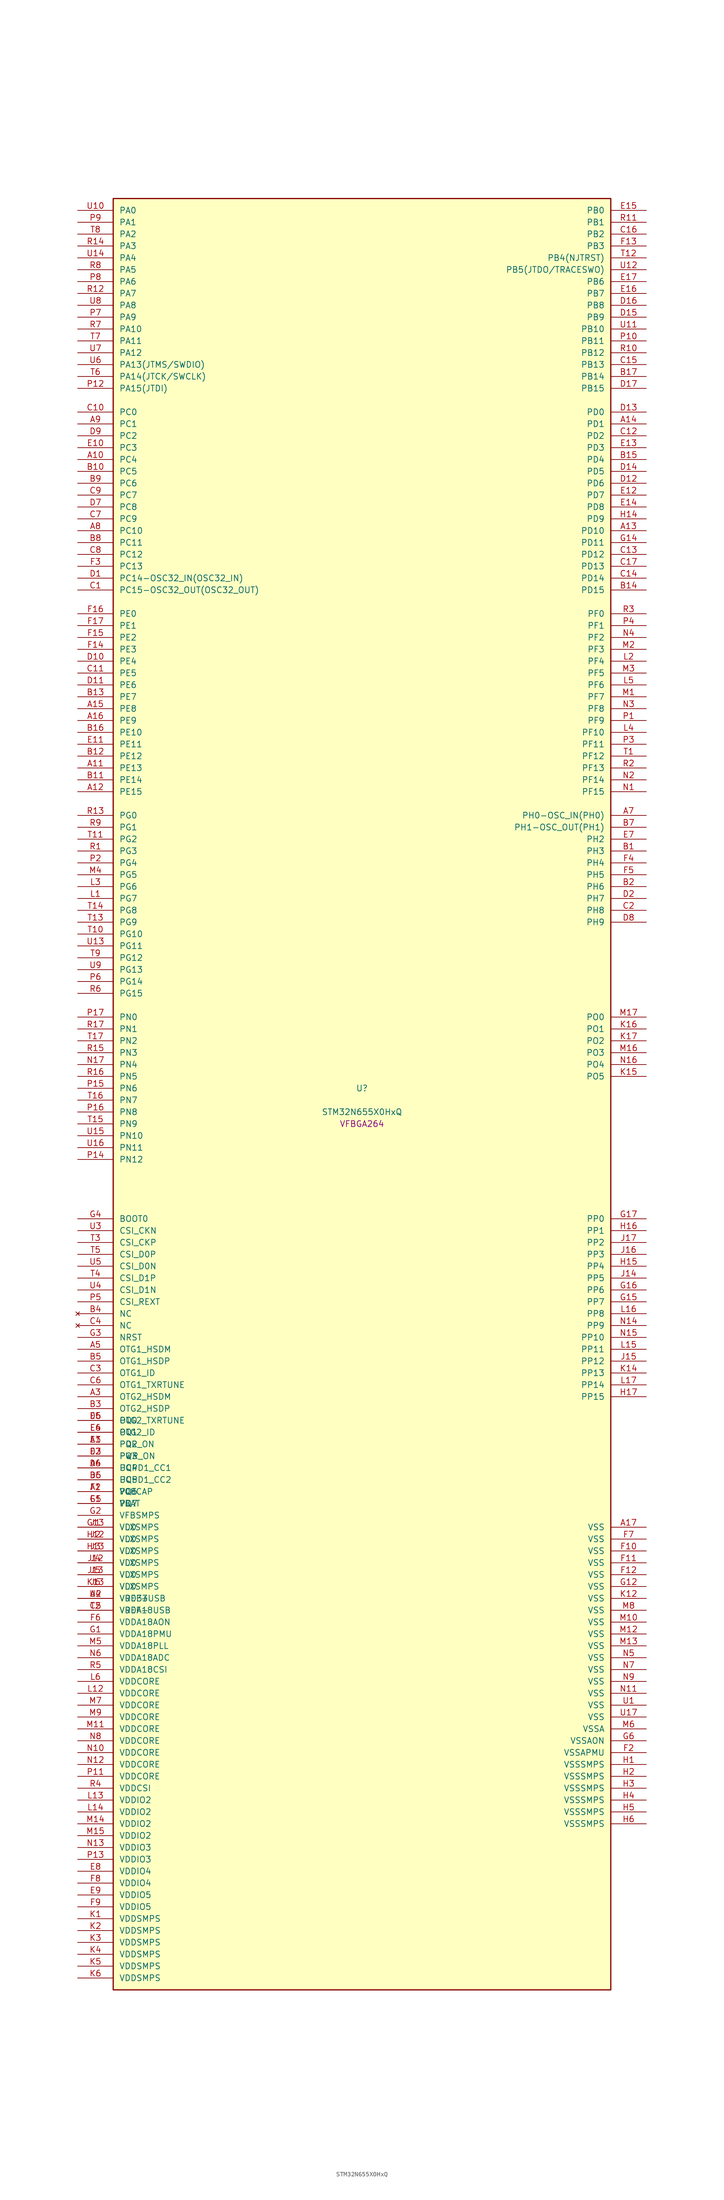
<source format=kicad_sym>
(kicad_symbol_lib
  (version 20241209)
  (generator "stm32_pkl_generator")
  (generator_version "1.0")
  (symbol "STM32N655X0HxQ"
    (pin_names
      (offset 1.27))
    (property "Reference" "U"
      (at 0 2.54 0))
    (property "Value" "STM32N655X0HxQ"
      (at 0 -2.54 0))
    (property "Footprint" "VFBGA264"
      (at 0 -5.08 0))
    (symbol "STM32N655X0HxQ_1_1"
      (rectangle (start -53.34 193.04) (end 53.34 -190.5) (stroke (width 0.254) (type solid)) (fill (type background)))
      (pin bidirectional line (at -60.96 190.5 0) (length 7.62) (name "PA0") (number "U10") (alternate "PA0/ADC1_INN1" bidirectional line) (alternate "PA0/ADC1_INP0" bidirectional line) (alternate "PA0/ADC2_INN1" bidirectional line) (alternate "PA0/ADC2_INP0" bidirectional line) (alternate "PA0/FMC_D7" bidirectional line) (alternate "PA0/FMC_DA7" bidirectional line) (alternate "PA0/HDP_HDP0" bidirectional line) (alternate "PA0/I2S6_WS" bidirectional line) (alternate "PA0/LTDC_G3" bidirectional line) (alternate "PA0/PWR_WKUP1" bidirectional line) (alternate "PA0/SAI2_SD_B" bidirectional line) (alternate "PA0/SDMMC2_CMD" bidirectional line) (alternate "PA0/SPI6_NSS" bidirectional line) (alternate "PA0/TIM15_BKIN" bidirectional line) (alternate "PA0/TIM2_CH1" bidirectional line) (alternate "PA0/TIM5_CH1" bidirectional line) (alternate "PA0/TIM9_CH1" bidirectional line) (alternate "PA0/UART4_TX" bidirectional line) (alternate "PA0/USART2_CTS" bidirectional line) (alternate "PA0/USART2_NSS" bidirectional line))
      (pin bidirectional line (at -60.96 187.96 0) (length 7.62) (name "PA1") (number "P9") (alternate "PA1/ADC1_INP1" bidirectional line) (alternate "PA1/ADC2_INP1" bidirectional line) (alternate "PA1/DCMIPP_D0" bidirectional line) (alternate "PA1/DCMI_D0" bidirectional line) (alternate "PA1/FMC_D6" bidirectional line) (alternate "PA1/FMC_DA6" bidirectional line) (alternate "PA1/HDP_HDP1" bidirectional line) (alternate "PA1/LPTIM3_IN1" bidirectional line) (alternate "PA1/LTDC_G2" bidirectional line) (alternate "PA1/PSSI_D0" bidirectional line) (alternate "PA1/SAI2_MCLK_B" bidirectional line) (alternate "PA1/TIM15_CH1N" bidirectional line) (alternate "PA1/TIM2_CH2" bidirectional line) (alternate "PA1/TIM5_CH2" bidirectional line) (alternate "PA1/UART4_RX" bidirectional line) (alternate "PA1/USART2_RTS" bidirectional line))
      (pin bidirectional line (at -60.96 185.42 0) (length 7.62) (name "PA2") (number "T8") (alternate "PA2/ADC1_INP14" bidirectional line) (alternate "PA2/ADC2_INP14" bidirectional line) (alternate "PA2/FMC_D5" bidirectional line) (alternate "PA2/FMC_DA5" bidirectional line) (alternate "PA2/HDP_HDP2" bidirectional line) (alternate "PA2/LPTIM3_IN2" bidirectional line) (alternate "PA2/LTDC_B7" bidirectional line) (alternate "PA2/MDIOS_MDIO" bidirectional line) (alternate "PA2/PWR_WKUP2" bidirectional line) (alternate "PA2/SAI2_SCK_B" bidirectional line) (alternate "PA2/TIM15_CH1" bidirectional line) (alternate "PA2/TIM2_CH3" bidirectional line) (alternate "PA2/TIM5_CH3" bidirectional line) (alternate "PA2/USART2_TX" bidirectional line))
      (pin bidirectional line (at -60.96 182.88 0) (length 7.62) (name "PA3") (number "R14") (alternate "PA3/FMC_A17" bidirectional line) (alternate "PA3/FMC_ALE" bidirectional line) (alternate "PA3/SAI1_SD_B" bidirectional line) (alternate "PA3/SPI5_NSS" bidirectional line) (alternate "PA3/TIM16_CH1" bidirectional line) (alternate "PA3/UART7_RX" bidirectional line))
      (pin bidirectional line (at -60.96 180.34 0) (length 7.62) (name "PA4") (number "U14") (alternate "PA4/DCMIPP_D3" bidirectional line) (alternate "PA4/DCMI_D3" bidirectional line) (alternate "PA4/FMC_A13" bidirectional line) (alternate "PA4/PSSI_D3" bidirectional line) (alternate "PA4/SPI5_MOSI" bidirectional line) (alternate "PA4/USART6_RX" bidirectional line))
      (pin bidirectional line (at -60.96 177.8 0) (length 7.62) (name "PA5") (number "R8") (alternate "PA5/ADC2_INP18" bidirectional line) (alternate "PA5/DCMIPP_D8" bidirectional line) (alternate "PA5/DCMI_D8" bidirectional line) (alternate "PA5/FMC_NOE" bidirectional line) (alternate "PA5/HDP_HDP5" bidirectional line) (alternate "PA5/I2S1_CK" bidirectional line) (alternate "PA5/I2S6_CK" bidirectional line) (alternate "PA5/I3C1_SCL" bidirectional line) (alternate "PA5/LTDC_CLK" bidirectional line) (alternate "PA5/PSSI_D8" bidirectional line) (alternate "PA5/PWR_CSTOP" bidirectional line) (alternate "PA5/SPI1_SCK" bidirectional line) (alternate "PA5/SPI6_SCK" bidirectional line) (alternate "PA5/TIM10_CH1" bidirectional line) (alternate "PA5/TIM2_CH1" bidirectional line) (alternate "PA5/TIM2_ETR" bidirectional line) (alternate "PA5/TIM9_CH2" bidirectional line))
      (pin bidirectional line (at -60.96 175.26 0) (length 7.62) (name "PA6") (number "P8") (alternate "PA6/ADC1_INP3" bidirectional line) (alternate "PA6/ADC2_INP3" bidirectional line) (alternate "PA6/BOOT1" bidirectional line) (alternate "PA6/DCMIPP_PIXCLK" bidirectional line) (alternate "PA6/DCMI_PIXCLK" bidirectional line) (alternate "PA6/HDP_HDP6" bidirectional line) (alternate "PA6/I2S1_SDI" bidirectional line) (alternate "PA6/I2S6_SDI" bidirectional line) (alternate "PA6/I3C1_SDA" bidirectional line) (alternate "PA6/LPTIM3_ETR" bidirectional line) (alternate "PA6/LTDC_B7" bidirectional line) (alternate "PA6/LTDC_HSYNC" bidirectional line) (alternate "PA6/MDIOS_MDC" bidirectional line) (alternate "PA6/PSSI_PDCK" bidirectional line) (alternate "PA6/SPI1_MISO" bidirectional line) (alternate "PA6/SPI6_MISO" bidirectional line) (alternate "PA6/TIM13_CH1" bidirectional line) (alternate "PA6/TIM1_BKIN" bidirectional line) (alternate "PA6/TIM3_CH1" bidirectional line))
      (pin bidirectional line (at -60.96 172.72 0) (length 7.62) (name "PA7") (number "R12") (alternate "PA7/HDP_HDP7" bidirectional line) (alternate "PA7/I2S1_SDO" bidirectional line) (alternate "PA7/I2S6_SDO" bidirectional line) (alternate "PA7/LTDC_B1" bidirectional line) (alternate "PA7/LTDC_R4" bidirectional line) (alternate "PA7/SPI1_MOSI" bidirectional line) (alternate "PA7/SPI6_MOSI" bidirectional line) (alternate "PA7/TIM14_CH1" bidirectional line) (alternate "PA7/TIM1_CH1N" bidirectional line) (alternate "PA7/TIM3_CH2" bidirectional line) (alternate "PA7/USART1_RX" bidirectional line))
      (pin bidirectional line (at -60.96 170.18 0) (length 7.62) (name "PA8") (number "U8") (alternate "PA8/ADC1_INP5" bidirectional line) (alternate "PA8/ADC2_INP5" bidirectional line) (alternate "PA8/FMC_D4" bidirectional line) (alternate "PA8/FMC_DA4" bidirectional line) (alternate "PA8/HDP_HDP0" bidirectional line) (alternate "PA8/I2C3_SCL" bidirectional line) (alternate "PA8/I3C2_SCL" bidirectional line) (alternate "PA8/LTDC_B6" bidirectional line) (alternate "PA8/RCC_MCO_1" bidirectional line) (alternate "PA8/TIM11_CH1" bidirectional line) (alternate "PA8/TIM1_CH1" bidirectional line) (alternate "PA8/UART7_RX" bidirectional line) (alternate "PA8/USART1_CK" bidirectional line))
      (pin bidirectional line (at -60.96 167.64 0) (length 7.62) (name "PA9") (number "P7") (alternate "PA9/ADC1_INP10" bidirectional line) (alternate "PA9/ADC2_INP10" bidirectional line) (alternate "PA9/DCMIPP_D0" bidirectional line) (alternate "PA9/DCMI_D0" bidirectional line) (alternate "PA9/FMC_D3" bidirectional line) (alternate "PA9/FMC_DA3" bidirectional line) (alternate "PA9/HDP_HDP1" bidirectional line) (alternate "PA9/I2C3_SDA" bidirectional line) (alternate "PA9/I2S2_CK" bidirectional line) (alternate "PA9/I3C2_SDA" bidirectional line) (alternate "PA9/LPUART1_TX" bidirectional line) (alternate "PA9/LTDC_B5" bidirectional line) (alternate "PA9/PSSI_D0" bidirectional line) (alternate "PA9/SPI2_SCK" bidirectional line) (alternate "PA9/TIM1_CH2" bidirectional line) (alternate "PA9/USART1_TX" bidirectional line))
      (pin bidirectional line (at -60.96 165.1 0) (length 7.62) (name "PA10") (number "R7") (alternate "PA10/ADC1_INN10" bidirectional line) (alternate "PA10/ADC1_INP11" bidirectional line) (alternate "PA10/ADC2_INN10" bidirectional line) (alternate "PA10/ADC2_INP11" bidirectional line) (alternate "PA10/DCMIPP_D1" bidirectional line) (alternate "PA10/DCMI_D1" bidirectional line) (alternate "PA10/FMC_D2" bidirectional line) (alternate "PA10/FMC_DA2" bidirectional line) (alternate "PA10/HDP_HDP2" bidirectional line) (alternate "PA10/LPUART1_RX" bidirectional line) (alternate "PA10/LTDC_B4" bidirectional line) (alternate "PA10/MDIOS_MDIO" bidirectional line) (alternate "PA10/PSSI_D1" bidirectional line) (alternate "PA10/PWR_CSLEEP" bidirectional line) (alternate "PA10/TIM1_CH3" bidirectional line) (alternate "PA10/USART1_RX" bidirectional line))
      (pin bidirectional line (at -60.96 162.56 0) (length 7.62) (name "PA11") (number "T7") (alternate "PA11/ADC1_EXTI11" bidirectional line) (alternate "PA11/ADC1_INN11" bidirectional line) (alternate "PA11/ADC1_INP12" bidirectional line) (alternate "PA11/ADC2_EXTI11" bidirectional line) (alternate "PA11/ADC2_INN11" bidirectional line) (alternate "PA11/ADC2_INP12" bidirectional line) (alternate "PA11/FDCAN1_RX" bidirectional line) (alternate "PA11/FMC_D1" bidirectional line) (alternate "PA11/FMC_DA1" bidirectional line) (alternate "PA11/HDP_HDP3" bidirectional line) (alternate "PA11/I2S2_WS" bidirectional line) (alternate "PA11/LPUART1_CTS" bidirectional line) (alternate "PA11/LTDC_B3" bidirectional line) (alternate "PA11/SPI2_NSS" bidirectional line) (alternate "PA11/TIM1_CH4" bidirectional line) (alternate "PA11/UART4_RX" bidirectional line) (alternate "PA11/USART1_CTS" bidirectional line) (alternate "PA11/USART1_NSS" bidirectional line))
      (pin bidirectional line (at -60.96 160.02 0) (length 7.62) (name "PA12") (number "U7") (alternate "PA12/ADC1_INN12" bidirectional line) (alternate "PA12/ADC1_INP13" bidirectional line) (alternate "PA12/ADC2_INN12" bidirectional line) (alternate "PA12/ADC2_INP13" bidirectional line) (alternate "PA12/FDCAN1_TX" bidirectional line) (alternate "PA12/FMC_D0" bidirectional line) (alternate "PA12/FMC_DA0" bidirectional line) (alternate "PA12/HDP_HDP4" bidirectional line) (alternate "PA12/I2S2_CK" bidirectional line) (alternate "PA12/LPUART1_RTS" bidirectional line) (alternate "PA12/LTDC_B2" bidirectional line) (alternate "PA12/SAI2_FS_B" bidirectional line) (alternate "PA12/SPI2_SCK" bidirectional line) (alternate "PA12/TIM1_ETR" bidirectional line) (alternate "PA12/UART4_TX" bidirectional line) (alternate "PA12/USART1_RTS" bidirectional line))
      (pin bidirectional line (at -60.96 157.48 0) (length 7.62) (name "PA13(JTMS/SWDIO)") (number "U6") (alternate "PA13(JTMS/SWDIO)/DEBUG_JTMS-SWDIO" bidirectional line) (alternate "PA13(JTMS/SWDIO)/HDP_HDP5" bidirectional line))
      (pin bidirectional line (at -60.96 154.94 0) (length 7.62) (name "PA14(JTCK/SWCLK)") (number "T6") (alternate "PA14(JTCK/SWCLK)/DEBUG_JTCK-SWCLK" bidirectional line) (alternate "PA14(JTCK/SWCLK)/HDP_HDP6" bidirectional line))
      (pin bidirectional line (at -60.96 152.4 0) (length 7.62) (name "PA15(JTDI)") (number "P12") (alternate "PA15(JTDI)/ADC1_EXTI15" bidirectional line) (alternate "PA15(JTDI)/ADC2_EXTI15" bidirectional line) (alternate "PA15(JTDI)/DEBUG_JTDI" bidirectional line) (alternate "PA15(JTDI)/FMC_D15" bidirectional line) (alternate "PA15(JTDI)/FMC_DA15" bidirectional line) (alternate "PA15(JTDI)/HDP_HDP7" bidirectional line) (alternate "PA15(JTDI)/I2S1_WS" bidirectional line) (alternate "PA15(JTDI)/I2S3_WS" bidirectional line) (alternate "PA15(JTDI)/I2S6_WS" bidirectional line) (alternate "PA15(JTDI)/LTDC_R5" bidirectional line) (alternate "PA15(JTDI)/SPI1_NSS" bidirectional line) (alternate "PA15(JTDI)/SPI3_NSS" bidirectional line) (alternate "PA15(JTDI)/SPI6_NSS" bidirectional line) (alternate "PA15(JTDI)/TIM2_CH1" bidirectional line) (alternate "PA15(JTDI)/TIM2_ETR" bidirectional line) (alternate "PA15(JTDI)/UART4_DE" bidirectional line) (alternate "PA15(JTDI)/UART4_RTS" bidirectional line) (alternate "PA15(JTDI)/UART7_TX" bidirectional line))
      (pin bidirectional line (at 60.96 190.5 180) (length 7.62) (name "PB0") (number "E15") (alternate "PB0/ADF1_SDI0" bidirectional line) (alternate "PB0/DCMIPP_D4" bidirectional line) (alternate "PB0/DCMI_D4" bidirectional line) (alternate "PB0/DEBUG_TRACED1" bidirectional line) (alternate "PB0/FMC_D13" bidirectional line) (alternate "PB0/FMC_DA13" bidirectional line) (alternate "PB0/MDF1_SDI2" bidirectional line) (alternate "PB0/PSSI_D4" bidirectional line) (alternate "PB0/SAI1_D2" bidirectional line) (alternate "PB0/SAI1_FS_A" bidirectional line) (alternate "PB0/SPI4_NSS" bidirectional line) (alternate "PB0/TIM15_CH1N" bidirectional line) (alternate "PB0/TIM1_CH4" bidirectional line))
      (pin bidirectional line (at 60.96 187.96 180) (length 7.62) (name "PB1") (number "R11") (alternate "PB1/FDCAN2_TX" bidirectional line) (alternate "PB1/FMC_NOE" bidirectional line) (alternate "PB1/HDP_HDP1" bidirectional line) (alternate "PB1/LTDC_R1" bidirectional line) (alternate "PB1/TIM1_CH3N" bidirectional line) (alternate "PB1/TIM3_CH4" bidirectional line) (alternate "PB1/TIM9_CH2" bidirectional line) (alternate "PB1/USART2_TX" bidirectional line))
      (pin bidirectional line (at 60.96 185.42 180) (length 7.62) (name "PB2") (number "C16") (alternate "PB2/ADF1_SDI0" bidirectional line) (alternate "PB2/FMC_D2" bidirectional line) (alternate "PB2/FMC_DA2" bidirectional line) (alternate "PB2/HDP_HDP2" bidirectional line) (alternate "PB2/I2S3_SDO" bidirectional line) (alternate "PB2/LTDC_B2" bidirectional line) (alternate "PB2/MDF1_SDI1" bidirectional line) (alternate "PB2/RTC_OUT2" bidirectional line) (alternate "PB2/SAI1_D1" bidirectional line) (alternate "PB2/SAI1_SD_A" bidirectional line) (alternate "PB2/SPI3_MOSI" bidirectional line) (alternate "PB2/TIM1_CH1" bidirectional line))
      (pin bidirectional line (at 60.96 182.88 180) (length 7.62) (name "PB3") (number "F13") (alternate "PB3/DEBUG_JTDO-SWO" bidirectional line) (alternate "PB3/DEBUG_TRACECLK" bidirectional line) (alternate "PB3/FMC_A23" bidirectional line) (alternate "PB3/FMC_NBL1" bidirectional line) (alternate "PB3/GFXTIM_FCKCAL" bidirectional line) (alternate "PB3/GFXTIM_LCKCAL" bidirectional line) (alternate "PB3/HDP_HDP0" bidirectional line) (alternate "PB3/MDF1_CKI1" bidirectional line) (alternate "PB3/SAI2_FS_B" bidirectional line) (alternate "PB3/TIM1_CH4N" bidirectional line) (alternate "PB3/USART1_CK" bidirectional line))
      (pin bidirectional line (at 60.96 180.34 180) (length 7.62) (name "PB4(NJTRST)") (number "T12") (alternate "PB4(NJTRST)/DCMIPP_VSYNC" bidirectional line) (alternate "PB4(NJTRST)/DCMI_VSYNC" bidirectional line) (alternate "PB4(NJTRST)/DEBUG_NJTRST" bidirectional line) (alternate "PB4(NJTRST)/FMC_D13" bidirectional line) (alternate "PB4(NJTRST)/FMC_DA13" bidirectional line) (alternate "PB4(NJTRST)/HDP_HDP4" bidirectional line) (alternate "PB4(NJTRST)/I2S1_SDI" bidirectional line) (alternate "PB4(NJTRST)/I2S2_WS" bidirectional line) (alternate "PB4(NJTRST)/I2S3_SDI" bidirectional line) (alternate "PB4(NJTRST)/I2S6_SDI" bidirectional line) (alternate "PB4(NJTRST)/LPTIM4_ETR" bidirectional line) (alternate "PB4(NJTRST)/LTDC_R3" bidirectional line) (alternate "PB4(NJTRST)/PSSI_RDY" bidirectional line) (alternate "PB4(NJTRST)/SDMMC2_D3" bidirectional line) (alternate "PB4(NJTRST)/SPI1_MISO" bidirectional line) (alternate "PB4(NJTRST)/SPI2_NSS" bidirectional line) (alternate "PB4(NJTRST)/SPI3_MISO" bidirectional line) (alternate "PB4(NJTRST)/SPI6_MISO" bidirectional line) (alternate "PB4(NJTRST)/TIM16_BKIN" bidirectional line) (alternate "PB4(NJTRST)/TIM3_CH1" bidirectional line) (alternate "PB4(NJTRST)/UART7_TX" bidirectional line))
      (pin bidirectional line (at 60.96 177.8 180) (length 7.62) (name "PB5(JTDO/TRACESWO)") (number "U12") (alternate "PB5(JTDO/TRACESWO)/DCMIPP_D10" bidirectional line) (alternate "PB5(JTDO/TRACESWO)/DCMI_D10" bidirectional line) (alternate "PB5(JTDO/TRACESWO)/DEBUG_JTDO-SWO" bidirectional line) (alternate "PB5(JTDO/TRACESWO)/FDCAN2_RX" bidirectional line) (alternate "PB5(JTDO/TRACESWO)/FMC_D12" bidirectional line) (alternate "PB5(JTDO/TRACESWO)/FMC_DA12" bidirectional line) (alternate "PB5(JTDO/TRACESWO)/HDP_HDP5" bidirectional line) (alternate "PB5(JTDO/TRACESWO)/I2C1_SMBA" bidirectional line) (alternate "PB5(JTDO/TRACESWO)/I2S1_SDO" bidirectional line) (alternate "PB5(JTDO/TRACESWO)/I2S3_SDO" bidirectional line) (alternate "PB5(JTDO/TRACESWO)/I2S6_SDO" bidirectional line) (alternate "PB5(JTDO/TRACESWO)/LPTIM4_OUT" bidirectional line) (alternate "PB5(JTDO/TRACESWO)/LTDC_R2" bidirectional line) (alternate "PB5(JTDO/TRACESWO)/PSSI_D10" bidirectional line) (alternate "PB5(JTDO/TRACESWO)/SPI1_MOSI" bidirectional line) (alternate "PB5(JTDO/TRACESWO)/SPI3_MOSI" bidirectional line) (alternate "PB5(JTDO/TRACESWO)/SPI6_MOSI" bidirectional line) (alternate "PB5(JTDO/TRACESWO)/TIM17_BKIN" bidirectional line) (alternate "PB5(JTDO/TRACESWO)/TIM3_CH2" bidirectional line) (alternate "PB5(JTDO/TRACESWO)/UART5_RX" bidirectional line))
      (pin bidirectional line (at 60.96 175.26 180) (length 7.62) (name "PB6") (number "E17") (alternate "PB6/ADF1_CCK1" bidirectional line) (alternate "PB6/DCMIPP_D6" bidirectional line) (alternate "PB6/DCMI_D6" bidirectional line) (alternate "PB6/DEBUG_TRACED2" bidirectional line) (alternate "PB6/FMC_D14" bidirectional line) (alternate "PB6/FMC_DA14" bidirectional line) (alternate "PB6/MDF1_CCK1" bidirectional line) (alternate "PB6/PSSI_D6" bidirectional line) (alternate "PB6/SAI1_CK2" bidirectional line) (alternate "PB6/SAI1_SCK_A" bidirectional line) (alternate "PB6/SPI4_MISO" bidirectional line) (alternate "PB6/TIM15_CH1" bidirectional line))
      (pin bidirectional line (at 60.96 172.72 180) (length 7.62) (name "PB7") (number "E16") (alternate "PB7/ADF1_SDI0" bidirectional line) (alternate "PB7/DCMIPP_D7" bidirectional line) (alternate "PB7/DCMI_D7" bidirectional line) (alternate "PB7/DEBUG_TRACED3" bidirectional line) (alternate "PB7/FMC_D15" bidirectional line) (alternate "PB7/FMC_DA15" bidirectional line) (alternate "PB7/MDF1_SDI1" bidirectional line) (alternate "PB7/PSSI_D7" bidirectional line) (alternate "PB7/SAI1_D1" bidirectional line) (alternate "PB7/SAI1_SD_A" bidirectional line) (alternate "PB7/SAI2_MCLK_B" bidirectional line) (alternate "PB7/SPI4_MOSI" bidirectional line) (alternate "PB7/TIM15_CH2" bidirectional line) (alternate "PB7/TIM1_BKIN2" bidirectional line))
      (pin bidirectional line (at 60.96 170.18 180) (length 7.62) (name "PB8") (number "D16") (alternate "PB8/DCMIPP_VSYNC" bidirectional line) (alternate "PB8/DCMI_VSYNC" bidirectional line) (alternate "PB8/FMC_D1" bidirectional line) (alternate "PB8/FMC_DA1" bidirectional line) (alternate "PB8/I2S1_SDI" bidirectional line) (alternate "PB8/PSSI_RDY" bidirectional line) (alternate "PB8/SAI2_FS_B" bidirectional line) (alternate "PB8/SDMMC2_D0" bidirectional line) (alternate "PB8/SPDIFRX1_IN3" bidirectional line) (alternate "PB8/SPI1_MISO" bidirectional line) (alternate "PB8/USART6_RX" bidirectional line))
      (pin bidirectional line (at 60.96 167.64 180) (length 7.62) (name "PB9") (number "D15") (alternate "PB9/DCMIPP_D3" bidirectional line) (alternate "PB9/DCMI_D3" bidirectional line) (alternate "PB9/FMC_D3" bidirectional line) (alternate "PB9/FMC_DA3" bidirectional line) (alternate "PB9/I2S1_CK" bidirectional line) (alternate "PB9/LPTIM1_IN2" bidirectional line) (alternate "PB9/PSSI_D3" bidirectional line) (alternate "PB9/SDMMC2_D2" bidirectional line) (alternate "PB9/SPDIFRX1_IN0" bidirectional line) (alternate "PB9/SPI1_SCK" bidirectional line) (alternate "PB9/USART10_TX" bidirectional line))
      (pin bidirectional line (at 60.96 165.1 180) (length 7.62) (name "PB10") (number "U11") (alternate "PB10/ADC1_INN4" bidirectional line) (alternate "PB10/ADC1_INP8" bidirectional line) (alternate "PB10/ADC2_INN4" bidirectional line) (alternate "PB10/ADC2_INP8" bidirectional line) (alternate "PB10/FMC_D11" bidirectional line) (alternate "PB10/FMC_DA11" bidirectional line) (alternate "PB10/HDP_HDP2" bidirectional line) (alternate "PB10/I2C2_SCL" bidirectional line) (alternate "PB10/I2S2_CK" bidirectional line) (alternate "PB10/I3C2_SCL" bidirectional line) (alternate "PB10/LPTIM2_IN1" bidirectional line) (alternate "PB10/LTDC_G7" bidirectional line) (alternate "PB10/SPI2_SCK" bidirectional line) (alternate "PB10/TIM2_CH3" bidirectional line) (alternate "PB10/USART3_TX" bidirectional line))
      (pin bidirectional line (at 60.96 162.56 180) (length 7.62) (name "PB11") (number "P10") (alternate "PB11/ADC1_EXTI11" bidirectional line) (alternate "PB11/ADC1_INP4" bidirectional line) (alternate "PB11/ADC2_EXTI11" bidirectional line) (alternate "PB11/ADC2_INP4" bidirectional line) (alternate "PB11/FMC_D10" bidirectional line) (alternate "PB11/FMC_DA10" bidirectional line) (alternate "PB11/HDP_HDP3" bidirectional line) (alternate "PB11/I2C2_SDA" bidirectional line) (alternate "PB11/I3C2_SDA" bidirectional line) (alternate "PB11/LPTIM2_ETR" bidirectional line) (alternate "PB11/LTDC_G6" bidirectional line) (alternate "PB11/TIM2_CH4" bidirectional line) (alternate "PB11/USART3_RX" bidirectional line))
      (pin bidirectional line (at 60.96 160.02 180) (length 7.62) (name "PB12") (number "R10") (alternate "PB12/FDCAN2_RX" bidirectional line) (alternate "PB12/FMC_D9" bidirectional line) (alternate "PB12/FMC_DA9" bidirectional line) (alternate "PB12/HDP_HDP4" bidirectional line) (alternate "PB12/I2C2_SMBA" bidirectional line) (alternate "PB12/I2S2_WS" bidirectional line) (alternate "PB12/LPTIM2_IN2" bidirectional line) (alternate "PB12/LTDC_G5" bidirectional line) (alternate "PB12/SPI2_NSS" bidirectional line) (alternate "PB12/TIM1_BKIN" bidirectional line) (alternate "PB12/UART5_RX" bidirectional line) (alternate "PB12/USART3_CK" bidirectional line))
      (pin bidirectional line (at 60.96 157.48 180) (length 7.62) (name "PB13") (number "C15") (alternate "PB13/DEBUG_TRACED0" bidirectional line) (alternate "PB13/FMC_D5" bidirectional line) (alternate "PB13/FMC_DA5" bidirectional line) (alternate "PB13/I2S6_CK" bidirectional line) (alternate "PB13/LPTIM1_CH1" bidirectional line) (alternate "PB13/LTDC_CLK" bidirectional line) (alternate "PB13/SDMMC2_D6" bidirectional line) (alternate "PB13/SPI6_SCK" bidirectional line) (alternate "PB13/TIM8_CH3N" bidirectional line) (alternate "PB13/USART10_CTS" bidirectional line) (alternate "PB13/USART10_NSS" bidirectional line) (alternate "PB13/USART6_CTS" bidirectional line) (alternate "PB13/USART6_NSS" bidirectional line))
      (pin bidirectional line (at 60.96 154.94 180) (length 7.62) (name "PB14") (number "B17") (alternate "PB14/DCMIPP_D10" bidirectional line) (alternate "PB14/DCMI_D10" bidirectional line) (alternate "PB14/FMC_D7" bidirectional line) (alternate "PB14/FMC_DA7" bidirectional line) (alternate "PB14/LPTIM1_CH2" bidirectional line) (alternate "PB14/LTDC_HSYNC" bidirectional line) (alternate "PB14/PSSI_D10" bidirectional line) (alternate "PB14/TIM8_CH4N" bidirectional line) (alternate "PB14/USART10_CK" bidirectional line) (alternate "PB14/USART6_CTS" bidirectional line) (alternate "PB14/USART6_NSS" bidirectional line))
      (pin bidirectional line (at 60.96 152.4 180) (length 7.62) (name "PB15") (number "D17") (alternate "PB15/ADC1_EXTI15" bidirectional line) (alternate "PB15/ADC2_EXTI15" bidirectional line) (alternate "PB15/FMC_D0" bidirectional line) (alternate "PB15/FMC_DA0" bidirectional line) (alternate "PB15/I2S6_WS" bidirectional line) (alternate "PB15/LTDC_G4" bidirectional line) (alternate "PB15/SPDIFRX1_IN2" bidirectional line) (alternate "PB15/SPI6_NSS" bidirectional line) (alternate "PB15/USART6_RTS" bidirectional line))
      (pin bidirectional line (at -60.96 147.32 0) (length 7.62) (name "PC0") (number "C10") (alternate "PC0/DCMIPP_HSYNC" bidirectional line) (alternate "PC0/DCMI_HSYNC" bidirectional line) (alternate "PC0/FMC_D14" bidirectional line) (alternate "PC0/FMC_DA14" bidirectional line) (alternate "PC0/HDP_HDP3" bidirectional line) (alternate "PC0/I2S1_CK" bidirectional line) (alternate "PC0/I2S3_CK" bidirectional line) (alternate "PC0/I2S6_CK" bidirectional line) (alternate "PC0/LPTIM4_IN1" bidirectional line) (alternate "PC0/LTDC_R4" bidirectional line) (alternate "PC0/MDF1_CKI1" bidirectional line) (alternate "PC0/PSSI_DE" bidirectional line) (alternate "PC0/SDMMC2_D2" bidirectional line) (alternate "PC0/SPI1_SCK" bidirectional line) (alternate "PC0/SPI3_SCK" bidirectional line) (alternate "PC0/SPI6_SCK" bidirectional line) (alternate "PC0/TIM2_CH2" bidirectional line) (alternate "PC0/UART7_RX" bidirectional line))
      (pin bidirectional line (at -60.96 144.78 0) (length 7.62) (name "PC1") (number "A9") (alternate "PC1/DCMIPP_D7" bidirectional line) (alternate "PC1/DCMI_D7" bidirectional line) (alternate "PC1/FDCAN1_TX" bidirectional line) (alternate "PC1/HDP_HDP1" bidirectional line) (alternate "PC1/I2C1_SDA" bidirectional line) (alternate "PC1/I2S2_WS" bidirectional line) (alternate "PC1/I3C1_SDA" bidirectional line) (alternate "PC1/PSSI_D7" bidirectional line) (alternate "PC1/SDMMC1_CDIR" bidirectional line) (alternate "PC1/SDMMC1_D5" bidirectional line) (alternate "PC1/SDMMC2_D5" bidirectional line) (alternate "PC1/SPI2_NSS" bidirectional line) (alternate "PC1/TIM17_CH1" bidirectional line) (alternate "PC1/TIM4_CH4" bidirectional line) (alternate "PC1/UART4_TX" bidirectional line))
      (pin bidirectional line (at -60.96 142.24 0) (length 7.62) (name "PC2") (number "D9") (alternate "PC2/ADF1_SDI0" bidirectional line) (alternate "PC2/DCMIPP_D13" bidirectional line) (alternate "PC2/DCMI_D13" bidirectional line) (alternate "PC2/FMC_NE3" bidirectional line) (alternate "PC2/I2S3_SDO" bidirectional line) (alternate "PC2/MDF1_SDI1" bidirectional line) (alternate "PC2/PSSI_D13" bidirectional line) (alternate "PC2/SAI1_D1" bidirectional line) (alternate "PC2/SAI1_SCK_A" bidirectional line) (alternate "PC2/SDMMC2_CK" bidirectional line) (alternate "PC2/SPI3_MOSI" bidirectional line) (alternate "PC2/USART2_RX" bidirectional line))
      (pin bidirectional line (at -60.96 139.7 0) (length 7.62) (name "PC3") (number "E10") (alternate "PC3/DCMIPP_D2" bidirectional line) (alternate "PC3/DCMI_D2" bidirectional line) (alternate "PC3/FMC_D8" bidirectional line) (alternate "PC3/FMC_DA8" bidirectional line) (alternate "PC3/I2S1_SDO" bidirectional line) (alternate "PC3/PSSI_D2" bidirectional line) (alternate "PC3/SDMMC2_CMD" bidirectional line) (alternate "PC3/SPDIFRX1_IN0" bidirectional line) (alternate "PC3/SPI1_MOSI" bidirectional line) (alternate "PC3/USART2_CK" bidirectional line))
      (pin bidirectional line (at -60.96 137.16 0) (length 7.62) (name "PC4") (number "A10") (alternate "PC4/FMC_NE1" bidirectional line) (alternate "PC4/HDP_HDP6" bidirectional line) (alternate "PC4/I2S2_SDI" bidirectional line) (alternate "PC4/LPTIM2_CH2" bidirectional line) (alternate "PC4/LTDC_DE" bidirectional line) (alternate "PC4/LTDC_VSYNC" bidirectional line) (alternate "PC4/SDMMC2_D0" bidirectional line) (alternate "PC4/SPI2_MISO" bidirectional line) (alternate "PC4/TIM12_CH1" bidirectional line) (alternate "PC4/TIM1_CH2N" bidirectional line) (alternate "PC4/UART4_DE" bidirectional line) (alternate "PC4/UART4_RTS" bidirectional line) (alternate "PC4/USART1_TX" bidirectional line) (alternate "PC4/USART3_RTS" bidirectional line))
      (pin bidirectional line (at -60.96 134.62 0) (length 7.62) (name "PC5") (number "B10") (alternate "PC5/DCMIPP_D2" bidirectional line) (alternate "PC5/DCMI_D2" bidirectional line) (alternate "PC5/FMC_NWE" bidirectional line) (alternate "PC5/I2S1_WS" bidirectional line) (alternate "PC5/PSSI_D2" bidirectional line) (alternate "PC5/SAI2_SD_B" bidirectional line) (alternate "PC5/SDMMC2_D1" bidirectional line) (alternate "PC5/SPI1_NSS" bidirectional line))
      (pin bidirectional line (at -60.96 132.08 0) (length 7.62) (name "PC6") (number "B9") (alternate "PC6/DCMIPP_D1" bidirectional line) (alternate "PC6/DCMI_D1" bidirectional line) (alternate "PC6/HDP_HDP6" bidirectional line) (alternate "PC6/I2S2_MCK" bidirectional line) (alternate "PC6/PSSI_D1" bidirectional line) (alternate "PC6/SDMMC1_D0DIR" bidirectional line) (alternate "PC6/SDMMC1_D6" bidirectional line) (alternate "PC6/SDMMC2_D6" bidirectional line) (alternate "PC6/TIM1_CH1" bidirectional line) (alternate "PC6/TIM3_CH1" bidirectional line) (alternate "PC6/TIM9_CH1" bidirectional line) (alternate "PC6/USART6_TX" bidirectional line))
      (pin bidirectional line (at -60.96 129.54 0) (length 7.62) (name "PC7") (number "C9") (alternate "PC7/DCMIPP_D1" bidirectional line) (alternate "PC7/DCMI_D1" bidirectional line) (alternate "PC7/DEBUG_TRGIO" bidirectional line) (alternate "PC7/HDP_HDP7" bidirectional line) (alternate "PC7/I2S3_MCK" bidirectional line) (alternate "PC7/PSSI_D1" bidirectional line) (alternate "PC7/SDMMC1_D123DIR" bidirectional line) (alternate "PC7/SDMMC1_D7" bidirectional line) (alternate "PC7/SDMMC2_D7" bidirectional line) (alternate "PC7/TIM16_CH1N" bidirectional line) (alternate "PC7/TIM3_CH2" bidirectional line) (alternate "PC7/TIM9_CH2" bidirectional line) (alternate "PC7/USART6_RX" bidirectional line))
      (pin bidirectional line (at -60.96 127 0) (length 7.62) (name "PC8") (number "D7") (alternate "PC8/DCMIPP_D2" bidirectional line) (alternate "PC8/DCMI_D2" bidirectional line) (alternate "PC8/DEBUG_TRACED1" bidirectional line) (alternate "PC8/FMC_NE4" bidirectional line) (alternate "PC8/HDP_HDP0" bidirectional line) (alternate "PC8/I2C3_SMBA" bidirectional line) (alternate "PC8/LTDC_B0" bidirectional line) (alternate "PC8/PSSI_D2" bidirectional line) (alternate "PC8/SDMMC1_D0" bidirectional line) (alternate "PC8/TIM3_CH3" bidirectional line) (alternate "PC8/UART5_DE" bidirectional line) (alternate "PC8/UART5_RTS" bidirectional line) (alternate "PC8/UCPD1_FRSTX1" bidirectional line) (alternate "PC8/USART6_CK" bidirectional line))
      (pin bidirectional line (at -60.96 124.46 0) (length 7.62) (name "PC9") (number "C7") (alternate "PC9/AUDIOCLK" bidirectional line) (alternate "PC9/DCMIPP_D3" bidirectional line) (alternate "PC9/DCMI_D3" bidirectional line) (alternate "PC9/HDP_HDP1" bidirectional line) (alternate "PC9/I2C3_SDA" bidirectional line) (alternate "PC9/LTDC_B3" bidirectional line) (alternate "PC9/PSSI_D3" bidirectional line) (alternate "PC9/RCC_MCO_2" bidirectional line) (alternate "PC9/SDMMC1_D1" bidirectional line) (alternate "PC9/TIM3_CH4" bidirectional line) (alternate "PC9/UART5_CTS" bidirectional line) (alternate "PC9/UCPD1_FRSTX2" bidirectional line) (alternate "PC9/USART6_RX" bidirectional line))
      (pin bidirectional line (at -60.96 121.92 0) (length 7.62) (name "PC10") (number "A8") (alternate "PC10/DCMIPP_D14" bidirectional line) (alternate "PC10/FMC_CLK" bidirectional line) (alternate "PC10/HDP_HDP2" bidirectional line) (alternate "PC10/I2C4_SCL" bidirectional line) (alternate "PC10/I2S3_CK" bidirectional line) (alternate "PC10/I3C2_SCL" bidirectional line) (alternate "PC10/PSSI_D14" bidirectional line) (alternate "PC10/SDMMC1_D2" bidirectional line) (alternate "PC10/SPI3_SCK" bidirectional line) (alternate "PC10/TIM1_BKIN" bidirectional line) (alternate "PC10/UART4_TX" bidirectional line) (alternate "PC10/USART3_TX" bidirectional line))
      (pin bidirectional line (at -60.96 119.38 0) (length 7.62) (name "PC11") (number "B8") (alternate "PC11/ADC1_EXTI11" bidirectional line) (alternate "PC11/ADC2_EXTI11" bidirectional line) (alternate "PC11/DCMIPP_D4" bidirectional line) (alternate "PC11/DCMI_D4" bidirectional line) (alternate "PC11/HDP_HDP3" bidirectional line) (alternate "PC11/I2C4_SDA" bidirectional line) (alternate "PC11/I2S3_SDI" bidirectional line) (alternate "PC11/I3C2_SDA" bidirectional line) (alternate "PC11/PSSI_D4" bidirectional line) (alternate "PC11/SDMMC1_D3" bidirectional line) (alternate "PC11/SPI3_MISO" bidirectional line) (alternate "PC11/UART4_RX" bidirectional line) (alternate "PC11/USART3_RX" bidirectional line))
      (pin bidirectional line (at -60.96 116.84 0) (length 7.62) (name "PC12") (number "C8") (alternate "PC12/DCMIPP_D9" bidirectional line) (alternate "PC12/DCMI_D9" bidirectional line) (alternate "PC12/DEBUG_TRACED3" bidirectional line) (alternate "PC12/FMC_NL" bidirectional line) (alternate "PC12/HDP_HDP4" bidirectional line) (alternate "PC12/I2S3_SDO" bidirectional line) (alternate "PC12/I2S6_CK" bidirectional line) (alternate "PC12/PSSI_D9" bidirectional line) (alternate "PC12/SDMMC1_CK" bidirectional line) (alternate "PC12/SPI3_MOSI" bidirectional line) (alternate "PC12/SPI6_SCK" bidirectional line) (alternate "PC12/TIM15_CH1" bidirectional line) (alternate "PC12/TIM1_CH4" bidirectional line) (alternate "PC12/UART5_TX" bidirectional line) (alternate "PC12/USART3_CK" bidirectional line))
      (pin bidirectional line (at -60.96 114.3 0) (length 7.62) (name "PC13") (number "F3") (alternate "PC13/HDP_HDP5" bidirectional line) (alternate "PC13/PWR_WKUP3" bidirectional line) (alternate "PC13/RTC_OUT1" bidirectional line) (alternate "PC13/RTC_TS" bidirectional line) (alternate "PC13/TAMP_IN1" bidirectional line) (alternate "PC13/TAMP_OUT2" bidirectional line))
      (pin bidirectional line (at -60.96 111.76 0) (length 7.62) (name "PC14-OSC32_IN(OSC32_IN)") (number "D1") (alternate "PC14-OSC32_IN(OSC32_IN)/RCC_OSC32_IN" bidirectional line))
      (pin bidirectional line (at -60.96 109.22 0) (length 7.62) (name "PC15-OSC32_OUT(OSC32_OUT)") (number "C1") (alternate "PC15-OSC32_OUT(OSC32_OUT)/ADC1_EXTI15" bidirectional line) (alternate "PC15-OSC32_OUT(OSC32_OUT)/ADC2_EXTI15" bidirectional line) (alternate "PC15-OSC32_OUT(OSC32_OUT)/RCC_OSC32_OUT" bidirectional line))
      (pin bidirectional line (at 60.96 147.32 180) (length 7.62) (name "PD0") (number "D13") (alternate "PD0/DCMIPP_HSYNC" bidirectional line) (alternate "PD0/DCMI_HSYNC" bidirectional line) (alternate "PD0/FDCAN1_RX" bidirectional line) (alternate "PD0/FMC_A6" bidirectional line) (alternate "PD0/FMC_A22" bidirectional line) (alternate "PD0/PSSI_DE" bidirectional line) (alternate "PD0/TIM1_ETR" bidirectional line) (alternate "PD0/UART4_RX" bidirectional line) (alternate "PD0/UART9_CTS" bidirectional line))
      (pin bidirectional line (at 60.96 144.78 180) (length 7.62) (name "PD1") (number "A14") (alternate "PD1/ETH1_MDC" bidirectional line) (alternate "PD1/FDCAN1_TX" bidirectional line) (alternate "PD1/FMC_A7" bidirectional line) (alternate "PD1/FMC_A23" bidirectional line) (alternate "PD1/UART4_TX" bidirectional line))
      (pin bidirectional line (at 60.96 142.24 180) (length 7.62) (name "PD2") (number "C12") (alternate "PD2/ADF1_SDI0" bidirectional line) (alternate "PD2/DEBUG_TRACED0" bidirectional line) (alternate "PD2/FMC_A0" bidirectional line) (alternate "PD2/FMC_A16" bidirectional line) (alternate "PD2/FMC_CLE" bidirectional line) (alternate "PD2/HDP_HDP1" bidirectional line) (alternate "PD2/I2S2_SDO" bidirectional line) (alternate "PD2/MDF1_SDI1" bidirectional line) (alternate "PD2/MDIOS_MDC" bidirectional line) (alternate "PD2/PWR_WKUP4" bidirectional line) (alternate "PD2/SAI1_D1" bidirectional line) (alternate "PD2/SAI1_SD_A" bidirectional line) (alternate "PD2/SDMMC2_CK" bidirectional line) (alternate "PD2/SPI2_MOSI" bidirectional line) (alternate "PD2/TIM15_CH1N" bidirectional line) (alternate "PD2/TIM1_CH3" bidirectional line))
      (pin bidirectional line (at 60.96 139.7 180) (length 7.62) (name "PD3") (number "E13") (alternate "PD3/DCMIPP_D14" bidirectional line) (alternate "PD3/ETH1_PHY_INTN" bidirectional line) (alternate "PD3/FMC_A10" bidirectional line) (alternate "PD3/I2C2_SMBA" bidirectional line) (alternate "PD3/PSSI_D14" bidirectional line) (alternate "PD3/USART10_RX" bidirectional line) (alternate "PD3/USART6_CTS" bidirectional line))
      (pin bidirectional line (at 60.96 137.16 180) (length 7.62) (name "PD4") (number "B15") (alternate "PD4/DCMIPP_D9" bidirectional line) (alternate "PD4/DCMI_D9" bidirectional line) (alternate "PD4/FMC_A11" bidirectional line) (alternate "PD4/I2C2_SDA" bidirectional line) (alternate "PD4/PSSI_D9" bidirectional line) (alternate "PD4/SPI5_MISO" bidirectional line) (alternate "PD4/TAMP_IN7" bidirectional line) (alternate "PD4/TAMP_OUT8" bidirectional line) (alternate "PD4/TIM1_BKIN2" bidirectional line) (alternate "PD4/USART6_RTS" bidirectional line))
      (pin bidirectional line (at 60.96 134.62 180) (length 7.62) (name "PD5") (number "D14") (alternate "PD5/DCMIPP_PIXCLK" bidirectional line) (alternate "PD5/DCMI_PIXCLK" bidirectional line) (alternate "PD5/FMC_D6" bidirectional line) (alternate "PD5/FMC_DA6" bidirectional line) (alternate "PD5/PSSI_PDCK" bidirectional line) (alternate "PD5/SDMMC2_D7" bidirectional line) (alternate "PD5/TIM1_CH4N" bidirectional line) (alternate "PD5/USART2_TX" bidirectional line))
      (pin bidirectional line (at 60.96 132.08 180) (length 7.62) (name "PD6") (number "D12") (alternate "PD6/FMC_A1" bidirectional line) (alternate "PD6/FMC_A17" bidirectional line) (alternate "PD6/FMC_ALE" bidirectional line) (alternate "PD6/HDP_HDP2" bidirectional line) (alternate "PD6/I2S2_SDI" bidirectional line) (alternate "PD6/SPI2_MISO" bidirectional line) (alternate "PD6/TIM15_CH2" bidirectional line) (alternate "PD6/TIM1_CH1" bidirectional line))
      (pin bidirectional line (at 60.96 129.54 180) (length 7.62) (name "PD7") (number "E12") (alternate "PD7/DCMIPP_D0" bidirectional line) (alternate "PD7/DCMI_D0" bidirectional line) (alternate "PD7/FMC_A2" bidirectional line) (alternate "PD7/FMC_A18" bidirectional line) (alternate "PD7/HDP_HDP3" bidirectional line) (alternate "PD7/I2S2_SDO" bidirectional line) (alternate "PD7/I2S3_WS" bidirectional line) (alternate "PD7/PSSI_D0" bidirectional line) (alternate "PD7/SPI2_MOSI" bidirectional line) (alternate "PD7/SPI3_NSS" bidirectional line) (alternate "PD7/TIM15_CH1N" bidirectional line) (alternate "PD7/TIM1_CH2" bidirectional line))
      (pin bidirectional line (at 60.96 127 180) (length 7.62) (name "PD8") (number "E14") (alternate "PD8/DCMIPP_D11" bidirectional line) (alternate "PD8/DCMI_D11" bidirectional line) (alternate "PD8/FMC_NBL0" bidirectional line) (alternate "PD8/LTDC_R7" bidirectional line) (alternate "PD8/PSSI_D11" bidirectional line) (alternate "PD8/SPDIFRX1_IN1" bidirectional line) (alternate "PD8/TAMP_IN3" bidirectional line) (alternate "PD8/TAMP_OUT4" bidirectional line) (alternate "PD8/USART3_TX" bidirectional line))
      (pin bidirectional line (at 60.96 124.46 180) (length 7.62) (name "PD9") (number "H14") (alternate "PD9/DCMIPP_D11" bidirectional line) (alternate "PD9/DCMI_D11" bidirectional line) (alternate "PD9/FMC_SDCLK" bidirectional line) (alternate "PD9/LTDC_R1" bidirectional line) (alternate "PD9/PSSI_D11" bidirectional line) (alternate "PD9/TAMP_IN5" bidirectional line) (alternate "PD9/TAMP_OUT6" bidirectional line) (alternate "PD9/USART3_RX" bidirectional line))
      (pin bidirectional line (at 60.96 121.92 180) (length 7.62) (name "PD10") (number "A13") (alternate "PD10/DEBUG_TRACECLK" bidirectional line) (alternate "PD10/FMC_A3" bidirectional line) (alternate "PD10/FMC_A19" bidirectional line) (alternate "PD10/GFXTIM_TE" bidirectional line) (alternate "PD10/HDP_HDP4" bidirectional line) (alternate "PD10/I2S1_MCK" bidirectional line) (alternate "PD10/MDF1_CKI3" bidirectional line) (alternate "PD10/SAI2_FS_B" bidirectional line) (alternate "PD10/SPDIFRX1_IN2" bidirectional line) (alternate "PD10/TIM1_ETR" bidirectional line) (alternate "PD10/UCPD1_FRSTX1" bidirectional line))
      (pin bidirectional line (at 60.96 119.38 180) (length 7.62) (name "PD11") (number "G14") (alternate "PD11/ADC1_EXTI11" bidirectional line) (alternate "PD11/ADC2_EXTI11" bidirectional line) (alternate "PD11/DCMIPP_D15" bidirectional line) (alternate "PD11/FMC_D8" bidirectional line) (alternate "PD11/FMC_DA8" bidirectional line) (alternate "PD11/I2C4_SDA" bidirectional line) (alternate "PD11/I2S2_SDI" bidirectional line) (alternate "PD11/PSSI_D15" bidirectional line) (alternate "PD11/SDMMC1_D0" bidirectional line) (alternate "PD11/SPI2_MISO" bidirectional line) (alternate "PD11/UCPD1_FRSTX1" bidirectional line))
      (pin bidirectional line (at 60.96 116.84 180) (length 7.62) (name "PD12") (number "C13") (alternate "PD12/DCMIPP_D12" bidirectional line) (alternate "PD12/DCMI_D12" bidirectional line) (alternate "PD12/ETH1_MDIO" bidirectional line) (alternate "PD12/FMC_A5" bidirectional line) (alternate "PD12/FMC_A21" bidirectional line) (alternate "PD12/HDP_HDP5" bidirectional line) (alternate "PD12/MDF1_SDI3" bidirectional line) (alternate "PD12/PSSI_D12" bidirectional line) (alternate "PD12/SAI1_D3" bidirectional line) (alternate "PD12/SPDIFRX1_IN3" bidirectional line) (alternate "PD12/UCPD1_FRSTX2" bidirectional line))
      (pin bidirectional line (at 60.96 114.3 180) (length 7.62) (name "PD13") (number "C17") (alternate "PD13/DCMIPP_D13" bidirectional line) (alternate "PD13/DCMI_D13" bidirectional line) (alternate "PD13/FMC_D4" bidirectional line) (alternate "PD13/FMC_DA4" bidirectional line) (alternate "PD13/LPTIM1_CH1" bidirectional line) (alternate "PD13/LTDC_R6" bidirectional line) (alternate "PD13/PSSI_D13" bidirectional line) (alternate "PD13/SAI2_SCK_A" bidirectional line) (alternate "PD13/TIM4_CH2" bidirectional line) (alternate "PD13/UART9_RTS" bidirectional line) (alternate "PD13/UCPD1_FRSTX2" bidirectional line))
      (pin bidirectional line (at 60.96 111.76 180) (length 7.62) (name "PD14") (number "C14") (alternate "PD14/FMC_A9" bidirectional line) (alternate "PD14/I2C2_SCL" bidirectional line) (alternate "PD14/USART10_RX" bidirectional line))
      (pin bidirectional line (at 60.96 109.22 180) (length 7.62) (name "PD15") (number "B14") (alternate "PD15/ADC1_EXTI15" bidirectional line) (alternate "PD15/ADC2_EXTI15" bidirectional line) (alternate "PD15/FMC_A8" bidirectional line) (alternate "PD15/I2C2_SDA" bidirectional line) (alternate "PD15/LTDC_R2" bidirectional line) (alternate "PD15/USART10_TX" bidirectional line))
      (pin bidirectional line (at -60.96 104.14 0) (length 7.62) (name "PE0") (number "F16") (alternate "PE0/DCMIPP_D2" bidirectional line) (alternate "PE0/DCMI_D2" bidirectional line) (alternate "PE0/FMC_D9" bidirectional line) (alternate "PE0/FMC_DA9" bidirectional line) (alternate "PE0/LPTIM1_ETR" bidirectional line) (alternate "PE0/LPTIM2_ETR" bidirectional line) (alternate "PE0/PSSI_D2" bidirectional line) (alternate "PE0/SAI2_MCLK_A" bidirectional line) (alternate "PE0/TAMP_IN6" bidirectional line) (alternate "PE0/TAMP_OUT5" bidirectional line) (alternate "PE0/TIM4_ETR" bidirectional line) (alternate "PE0/UART8_RX" bidirectional line) (alternate "PE0/USART3_RX" bidirectional line))
      (pin bidirectional line (at -60.96 101.6 0) (length 7.62) (name "PE1") (number "F17") (alternate "PE1/DCMIPP_D8" bidirectional line) (alternate "PE1/DCMI_D8" bidirectional line) (alternate "PE1/FMC_D10" bidirectional line) (alternate "PE1/FMC_DA10" bidirectional line) (alternate "PE1/LPTIM1_IN2" bidirectional line) (alternate "PE1/LPTIM2_CH2" bidirectional line) (alternate "PE1/PSSI_D8" bidirectional line) (alternate "PE1/UART8_TX" bidirectional line) (alternate "PE1/USART3_TX" bidirectional line))
      (pin bidirectional line (at -60.96 99.06 0) (length 7.62) (name "PE2") (number "F15") (alternate "PE2/ADF1_CCK0" bidirectional line) (alternate "PE2/DEBUG_TRACECLK" bidirectional line) (alternate "PE2/FMC_D11" bidirectional line) (alternate "PE2/FMC_DA11" bidirectional line) (alternate "PE2/LPTIM5_IN1" bidirectional line) (alternate "PE2/MDF1_CCK0" bidirectional line) (alternate "PE2/SAI1_CK1" bidirectional line) (alternate "PE2/SAI1_MCLK_A" bidirectional line) (alternate "PE2/SPI4_SCK" bidirectional line) (alternate "PE2/TIM1_CH2N" bidirectional line) (alternate "PE2/UCPD1_FRSTX1" bidirectional line))
      (pin bidirectional line (at -60.96 96.52 0) (length 7.62) (name "PE3") (number "F14") (alternate "PE3/DEBUG_TRACED0" bidirectional line) (alternate "PE3/FMC_D12" bidirectional line) (alternate "PE3/FMC_DA12" bidirectional line) (alternate "PE3/LPTIM5_ETR" bidirectional line) (alternate "PE3/MDF1_CKI2" bidirectional line) (alternate "PE3/SAI1_SD_B" bidirectional line) (alternate "PE3/TIM15_BKIN" bidirectional line))
      (pin bidirectional line (at -60.96 93.98 0) (length 7.62) (name "PE4") (number "D10") (alternate "PE4/DCMIPP_D5" bidirectional line) (alternate "PE4/DCMI_D5" bidirectional line) (alternate "PE4/I2S6_SDI" bidirectional line) (alternate "PE4/LPTIM1_IN1" bidirectional line) (alternate "PE4/LTDC_G1" bidirectional line) (alternate "PE4/PSSI_D5" bidirectional line) (alternate "PE4/SDMMC2_D3" bidirectional line) (alternate "PE4/SPDIFRX1_IN1" bidirectional line) (alternate "PE4/SPI6_MISO" bidirectional line) (alternate "PE4/USART10_RX" bidirectional line) (alternate "PE4/USART6_RTS" bidirectional line))
      (pin bidirectional line (at -60.96 91.44 0) (length 7.62) (name "PE5") (number "C11") (alternate "PE5/DCMIPP_D5" bidirectional line) (alternate "PE5/DCMI_D5" bidirectional line) (alternate "PE5/FDCAN2_TX" bidirectional line) (alternate "PE5/FMC_SDNE1" bidirectional line) (alternate "PE5/HDP_HDP6" bidirectional line) (alternate "PE5/I2C1_SCL" bidirectional line) (alternate "PE5/I3C1_SCL" bidirectional line) (alternate "PE5/LPUART1_TX" bidirectional line) (alternate "PE5/PSSI_D5" bidirectional line) (alternate "PE5/TIM16_CH1N" bidirectional line) (alternate "PE5/TIM4_CH1" bidirectional line) (alternate "PE5/UART5_TX" bidirectional line) (alternate "PE5/USART1_TX" bidirectional line))
      (pin bidirectional line (at -60.96 88.9 0) (length 7.62) (name "PE6") (number "D11") (alternate "PE6/DCMIPP_D1" bidirectional line) (alternate "PE6/DCMIPP_VSYNC" bidirectional line) (alternate "PE6/DCMI_D1" bidirectional line) (alternate "PE6/DCMI_VSYNC" bidirectional line) (alternate "PE6/FMC_SDCKE1" bidirectional line) (alternate "PE6/HDP_HDP7" bidirectional line) (alternate "PE6/I2C1_SDA" bidirectional line) (alternate "PE6/I3C1_SDA" bidirectional line) (alternate "PE6/LPUART1_RX" bidirectional line) (alternate "PE6/PSSI_D1" bidirectional line) (alternate "PE6/PSSI_RDY" bidirectional line) (alternate "PE6/TIM17_CH1N" bidirectional line) (alternate "PE6/TIM4_CH2" bidirectional line) (alternate "PE6/UART5_TX" bidirectional line) (alternate "PE6/USART1_RX" bidirectional line))
      (pin bidirectional line (at -60.96 86.36 0) (length 7.62) (name "PE7") (number "B13") (alternate "PE7/FMC_A4" bidirectional line) (alternate "PE7/FMC_A20" bidirectional line) (alternate "PE7/MDF1_CKI0" bidirectional line) (alternate "PE7/SAI2_SD_B" bidirectional line) (alternate "PE7/TIM1_ETR" bidirectional line) (alternate "PE7/UART7_RX" bidirectional line))
      (pin bidirectional line (at -60.96 83.82 0) (length 7.62) (name "PE8") (number "A15") (alternate "PE8/DCMIPP_D4" bidirectional line) (alternate "PE8/DCMI_D4" bidirectional line) (alternate "PE8/FMC_A12" bidirectional line) (alternate "PE8/MDF1_SDI0" bidirectional line) (alternate "PE8/PSSI_D4" bidirectional line) (alternate "PE8/TIM1_CH1N" bidirectional line) (alternate "PE8/UART7_TX" bidirectional line) (alternate "PE8/USART3_TX" bidirectional line))
      (pin bidirectional line (at -60.96 81.28 0) (length 7.62) (name "PE9") (number "A16") (alternate "PE9/FMC_A14" bidirectional line) (alternate "PE9/FMC_BA0" bidirectional line) (alternate "PE9/MDF1_CKI4" bidirectional line) (alternate "PE9/TIM1_CH1" bidirectional line) (alternate "PE9/UART7_RTS" bidirectional line))
      (pin bidirectional line (at -60.96 78.74 0) (length 7.62) (name "PE10") (number "B16") (alternate "PE10/DCMIPP_D3" bidirectional line) (alternate "PE10/DCMI_D3" bidirectional line) (alternate "PE10/DEBUG_TRACECLK" bidirectional line) (alternate "PE10/FMC_A15" bidirectional line) (alternate "PE10/FMC_BA1" bidirectional line) (alternate "PE10/MDF1_SDI4" bidirectional line) (alternate "PE10/PSSI_D3" bidirectional line) (alternate "PE10/TIM1_CH2N" bidirectional line) (alternate "PE10/UART7_CTS" bidirectional line) (alternate "PE10/USART3_RX" bidirectional line))
      (pin bidirectional line (at -60.96 76.2 0) (length 7.62) (name "PE11") (number "E11") (alternate "PE11/ADC1_EXTI11" bidirectional line) (alternate "PE11/ADC2_EXTI11" bidirectional line) (alternate "PE11/FDCAN3_TX" bidirectional line) (alternate "PE11/FMC_SDNWE" bidirectional line) (alternate "PE11/LTDC_VSYNC" bidirectional line) (alternate "PE11/MDF1_CKI5" bidirectional line) (alternate "PE11/SAI2_SD_B" bidirectional line) (alternate "PE11/SPI4_NSS" bidirectional line) (alternate "PE11/TIM1_CH2" bidirectional line))
      (pin bidirectional line (at -60.96 73.66 0) (length 7.62) (name "PE12") (number "B12") (alternate "PE12/FDCAN3_RX" bidirectional line) (alternate "PE12/FMC_SDNRAS" bidirectional line) (alternate "PE12/MDF1_SDI5" bidirectional line) (alternate "PE12/SAI2_SCK_B" bidirectional line) (alternate "PE12/SPI4_SCK" bidirectional line) (alternate "PE12/TIM1_CH3N" bidirectional line))
      (pin bidirectional line (at -60.96 71.12 0) (length 7.62) (name "PE13") (number "A11") (alternate "PE13/ADF1_CCK0" bidirectional line) (alternate "PE13/FMC_SDNCAS" bidirectional line) (alternate "PE13/I2C4_SCL" bidirectional line) (alternate "PE13/SAI2_FS_B" bidirectional line) (alternate "PE13/SPI4_MISO" bidirectional line) (alternate "PE13/TIM1_CH3" bidirectional line))
      (pin bidirectional line (at -60.96 68.58 0) (length 7.62) (name "PE14") (number "B11") (alternate "PE14/ADF1_CCK1" bidirectional line) (alternate "PE14/FMC_NWE" bidirectional line) (alternate "PE14/FMC_SDNE0" bidirectional line) (alternate "PE14/GFXTIM_FCKCAL" bidirectional line) (alternate "PE14/GFXTIM_LCKCAL" bidirectional line) (alternate "PE14/I2C4_SDA" bidirectional line) (alternate "PE14/SAI2_MCLK_B" bidirectional line) (alternate "PE14/SPI4_MOSI" bidirectional line) (alternate "PE14/TIM1_CH4" bidirectional line))
      (pin bidirectional line (at -60.96 66.04 0) (length 7.62) (name "PE15") (number "A12") (alternate "PE15/ADC1_EXTI15" bidirectional line) (alternate "PE15/ADC2_EXTI15" bidirectional line) (alternate "PE15/FMC_SDCKE0" bidirectional line) (alternate "PE15/GFXTIM_FCKCAL" bidirectional line) (alternate "PE15/GFXTIM_LCKCAL" bidirectional line) (alternate "PE15/I2C4_SMBA" bidirectional line) (alternate "PE15/SDMMC1_D0" bidirectional line) (alternate "PE15/SPI5_SCK" bidirectional line) (alternate "PE15/TIM1_BKIN" bidirectional line) (alternate "PE15/USART10_CK" bidirectional line) (alternate "PE15/USART2_CK" bidirectional line))
      (pin bidirectional line (at 60.96 104.14 180) (length 7.62) (name "PF0") (number "R3") (alternate "PF0/DCMIPP_D9" bidirectional line) (alternate "PF0/DCMI_D9" bidirectional line) (alternate "PF0/ETH1_MII_TX_CLK" bidirectional line) (alternate "PF0/ETH1_RGMII_GTX_CLK" bidirectional line) (alternate "PF0/LPTIM5_OUT" bidirectional line) (alternate "PF0/PSSI_D9" bidirectional line) (alternate "PF0/TIM4_CH4" bidirectional line) (alternate "PF0/UART8_RTS" bidirectional line) (alternate "PF0/UART9_TX" bidirectional line) (alternate "PF0/UCPD1_FRSTX2" bidirectional line))
      (pin bidirectional line (at 60.96 101.6 180) (length 7.62) (name "PF1") (number "P4") (alternate "PF1/DCMIPP_D7" bidirectional line) (alternate "PF1/DCMI_D7" bidirectional line) (alternate "PF1/ETH1_TX_ER" bidirectional line) (alternate "PF1/LPTIM1_CH2" bidirectional line) (alternate "PF1/LPTIM2_CH1" bidirectional line) (alternate "PF1/PSSI_D7" bidirectional line) (alternate "PF1/TIM4_CH3" bidirectional line) (alternate "PF1/UART8_CTS" bidirectional line) (alternate "PF1/UART9_RX" bidirectional line) (alternate "PF1/UCPD1_FRSTX1" bidirectional line))
      (pin bidirectional line (at 60.96 99.06 180) (length 7.62) (name "PF2") (number "N4") (alternate "PF2/ETH1_RGMII_CLK125" bidirectional line) (alternate "PF2/FDCAN3_TX" bidirectional line) (alternate "PF2/FMC_NWAIT" bidirectional line) (alternate "PF2/I2S2_CK" bidirectional line) (alternate "PF2/LTDC_B1" bidirectional line) (alternate "PF2/SPI2_SCK" bidirectional line) (alternate "PF2/TIM1_CH3N" bidirectional line) (alternate "PF2/USART2_CTS" bidirectional line) (alternate "PF2/USART2_NSS" bidirectional line))
      (pin bidirectional line (at 60.96 96.52 180) (length 7.62) (name "PF3") (number "M2") (alternate "PF3/ADC1_INP16" bidirectional line) (alternate "PF3/DCMIPP_HSYNC" bidirectional line) (alternate "PF3/DCMI_HSYNC" bidirectional line) (alternate "PF3/ETH1_PPS_OUT" bidirectional line) (alternate "PF3/FDCAN3_RX" bidirectional line) (alternate "PF3/FMC_NL" bidirectional line) (alternate "PF3/LTDC_R4" bidirectional line) (alternate "PF3/PSSI_DE" bidirectional line) (alternate "PF3/USART2_RTS" bidirectional line))
      (pin bidirectional line (at 60.96 93.98 180) (length 7.62) (name "PF4") (number "L2") (alternate "PF4/ADC1_INP18" bidirectional line) (alternate "PF4/DCMIPP_HSYNC" bidirectional line) (alternate "PF4/DCMI_HSYNC" bidirectional line) (alternate "PF4/ETH1_MDIO" bidirectional line) (alternate "PF4/HDP_HDP4" bidirectional line) (alternate "PF4/I2S1_WS" bidirectional line) (alternate "PF4/I2S3_WS" bidirectional line) (alternate "PF4/I2S6_WS" bidirectional line) (alternate "PF4/LPTIM3_CH2" bidirectional line) (alternate "PF4/LTDC_R3" bidirectional line) (alternate "PF4/PSSI_DE" bidirectional line) (alternate "PF4/SPI1_NSS" bidirectional line) (alternate "PF4/SPI3_NSS" bidirectional line) (alternate "PF4/SPI6_NSS" bidirectional line) (alternate "PF4/TIM5_ETR" bidirectional line) (alternate "PF4/USART2_CK" bidirectional line))
      (pin bidirectional line (at 60.96 91.44 180) (length 7.62) (name "PF5") (number "M3") (alternate "PF5/DCMIPP_D6" bidirectional line) (alternate "PF5/DCMI_D6" bidirectional line) (alternate "PF5/ETH1_CLK" bidirectional line) (alternate "PF5/FMC_NE3" bidirectional line) (alternate "PF5/LPTIM2_IN2" bidirectional line) (alternate "PF5/LTDC_G0" bidirectional line) (alternate "PF5/PSSI_D6" bidirectional line) (alternate "PF5/SAI2_SD_A" bidirectional line) (alternate "PF5/TIM1_ETR" bidirectional line) (alternate "PF5/USART3_CTS" bidirectional line) (alternate "PF5/USART3_NSS" bidirectional line))
      (pin bidirectional line (at 60.96 88.9 180) (length 7.62) (name "PF6") (number "L5") (alternate "PF6/ADC1_INP15" bidirectional line) (alternate "PF6/ADC2_INP15" bidirectional line) (alternate "PF6/ETH1_MII_COL" bidirectional line) (alternate "PF6/GFXTIM_FCKCAL" bidirectional line) (alternate "PF6/GFXTIM_LCKCAL" bidirectional line) (alternate "PF6/HDP_HDP3" bidirectional line) (alternate "PF6/I2S6_MCK" bidirectional line) (alternate "PF6/LPTIM3_CH1" bidirectional line) (alternate "PF6/LTDC_DE" bidirectional line) (alternate "PF6/SPI1_RDY" bidirectional line) (alternate "PF6/SPI4_RDY" bidirectional line) (alternate "PF6/SPI5_RDY" bidirectional line) (alternate "PF6/TIM15_CH2" bidirectional line) (alternate "PF6/TIM1_CH3" bidirectional line) (alternate "PF6/TIM2_CH4" bidirectional line) (alternate "PF6/TIM5_CH4" bidirectional line) (alternate "PF6/USART2_RX" bidirectional line))
      (pin bidirectional line (at 60.96 86.36 180) (length 7.62) (name "PF7") (number "M1") (alternate "PF7/ADC1_INN5" bidirectional line) (alternate "PF7/ADC1_INP9" bidirectional line) (alternate "PF7/ADC2_INN5" bidirectional line) (alternate "PF7/ADC2_INP9" bidirectional line) (alternate "PF7/ETH1_MII_RX_CLK" bidirectional line) (alternate "PF7/ETH1_RGMII_RX_CLK" bidirectional line) (alternate "PF7/ETH1_RMII_REF_CLK" bidirectional line) (alternate "PF7/GFXTIM_TE" bidirectional line) (alternate "PF7/HDP_HDP0" bidirectional line) (alternate "PF7/I2S1_CK" bidirectional line) (alternate "PF7/LTDC_VSYNC" bidirectional line) (alternate "PF7/SPI1_SCK" bidirectional line) (alternate "PF7/TIM1_CH2N" bidirectional line) (alternate "PF7/TIM3_CH3" bidirectional line) (alternate "PF7/TIM9_CH1" bidirectional line) (alternate "PF7/UART4_CTS" bidirectional line))
      (pin bidirectional line (at 60.96 83.82 180) (length 7.62) (name "PF8") (number "N3") (alternate "PF8/DEBUG_TRACECLK" bidirectional line) (alternate "PF8/ETH1_MII_RXD2" bidirectional line) (alternate "PF8/ETH1_RGMII_RXD2" bidirectional line) (alternate "PF8/FMC_NWE" bidirectional line) (alternate "PF8/LTDC_R6" bidirectional line) (alternate "PF8/UART9_TX" bidirectional line))
      (pin bidirectional line (at 60.96 81.28 180) (length 7.62) (name "PF9") (number "P1") (alternate "PF9/DEBUG_TRACED0" bidirectional line) (alternate "PF9/ETH1_MII_RXD3" bidirectional line) (alternate "PF9/ETH1_RGMII_RXD3" bidirectional line) (alternate "PF9/LTDC_HSYNC" bidirectional line))
      (pin bidirectional line (at 60.96 78.74 180) (length 7.62) (name "PF10") (number "L4") (alternate "PF10/DCMIPP_D11" bidirectional line) (alternate "PF10/DCMIPP_D15" bidirectional line) (alternate "PF10/DCMI_D11" bidirectional line) (alternate "PF10/ETH1_MII_RX_DV" bidirectional line) (alternate "PF10/ETH1_RGMII_RX_CTL" bidirectional line) (alternate "PF10/ETH1_RMII_CRS_DV" bidirectional line) (alternate "PF10/LTDC_R1" bidirectional line) (alternate "PF10/MDF1_SDI3" bidirectional line) (alternate "PF10/PSSI_D11" bidirectional line) (alternate "PF10/PSSI_D15" bidirectional line) (alternate "PF10/SAI1_D3" bidirectional line) (alternate "PF10/TIM16_BKIN" bidirectional line) (alternate "PF10/UART7_RX" bidirectional line) (alternate "PF10/UCPD1_FRSTX1" bidirectional line))
      (pin bidirectional line (at 60.96 76.2 180) (length 7.62) (name "PF11") (number "P3") (alternate "PF11/ADC1_EXTI11" bidirectional line) (alternate "PF11/ADC1_INP2" bidirectional line) (alternate "PF11/ADC2_EXTI11" bidirectional line) (alternate "PF11/DCMIPP_D15" bidirectional line) (alternate "PF11/ETH1_MII_TX_EN" bidirectional line) (alternate "PF11/ETH1_RGMII_TX_CTL" bidirectional line) (alternate "PF11/ETH1_RMII_TX_EN" bidirectional line) (alternate "PF11/LTDC_B0" bidirectional line) (alternate "PF11/PSSI_D15" bidirectional line) (alternate "PF11/SAI2_SD_B" bidirectional line) (alternate "PF11/SPI5_MOSI" bidirectional line))
      (pin bidirectional line (at 60.96 73.66 180) (length 7.62) (name "PF12") (number "T1") (alternate "PF12/ADC1_INN2" bidirectional line) (alternate "PF12/ADC1_INP6" bidirectional line) (alternate "PF12/DCMIPP_D13" bidirectional line) (alternate "PF12/DCMI_D13" bidirectional line) (alternate "PF12/ETH1_MII_TXD0" bidirectional line) (alternate "PF12/ETH1_RGMII_TXD0" bidirectional line) (alternate "PF12/ETH1_RMII_TXD0" bidirectional line) (alternate "PF12/PSSI_D13" bidirectional line) (alternate "PF12/SPI5_MISO" bidirectional line) (alternate "PF12/USART1_RX" bidirectional line))
      (pin bidirectional line (at 60.96 71.12 180) (length 7.62) (name "PF13") (number "R2") (alternate "PF13/ADC2_INP2" bidirectional line) (alternate "PF13/DCMIPP_D10" bidirectional line) (alternate "PF13/DCMI_D10" bidirectional line) (alternate "PF13/ETH1_MII_TXD1" bidirectional line) (alternate "PF13/ETH1_RGMII_TXD1" bidirectional line) (alternate "PF13/ETH1_RMII_TXD1" bidirectional line) (alternate "PF13/PSSI_D10" bidirectional line) (alternate "PF13/SPI5_NSS" bidirectional line) (alternate "PF13/USART1_TX" bidirectional line))
      (pin bidirectional line (at 60.96 68.58 180) (length 7.62) (name "PF14") (number "N2") (alternate "PF14/ADC2_INN2" bidirectional line) (alternate "PF14/ADC2_INP6" bidirectional line) (alternate "PF14/ETH1_MII_RXD0" bidirectional line) (alternate "PF14/ETH1_RGMII_RXD0" bidirectional line) (alternate "PF14/ETH1_RMII_RXD0" bidirectional line) (alternate "PF14/LTDC_G0" bidirectional line) (alternate "PF14/SPI5_MOSI" bidirectional line) (alternate "PF14/TIM2_CH2" bidirectional line) (alternate "PF14/USART1_CTS" bidirectional line))
      (pin bidirectional line (at 60.96 66.04 180) (length 7.62) (name "PF15") (number "N1") (alternate "PF15/ADC1_EXTI15" bidirectional line) (alternate "PF15/ADC2_EXTI15" bidirectional line) (alternate "PF15/ETH1_MII_RXD1" bidirectional line) (alternate "PF15/ETH1_RGMII_RXD1" bidirectional line) (alternate "PF15/ETH1_RMII_RXD1" bidirectional line) (alternate "PF15/LTDC_G1" bidirectional line) (alternate "PF15/SPI5_SCK" bidirectional line) (alternate "PF15/USART1_RTS" bidirectional line))
      (pin bidirectional line (at -60.96 60.96 0) (length 7.62) (name "PG0") (number "R13") (alternate "PG0/ETH1_PHY_INTN" bidirectional line) (alternate "PG0/LTDC_R0" bidirectional line) (alternate "PG0/LTDC_VSYNC" bidirectional line) (alternate "PG0/TIM12_CH1" bidirectional line) (alternate "PG0/TIM1_CH4N" bidirectional line) (alternate "PG0/UART9_RX" bidirectional line))
      (pin bidirectional line (at -60.96 58.42 0) (length 7.62) (name "PG1") (number "R9") (alternate "PG1/DCMIPP_PIXCLK" bidirectional line) (alternate "PG1/DCMI_PIXCLK" bidirectional line) (alternate "PG1/FMC_A19" bidirectional line) (alternate "PG1/LTDC_G1" bidirectional line) (alternate "PG1/PSSI_PDCK" bidirectional line) (alternate "PG1/SAI1_SCK_B" bidirectional line) (alternate "PG1/SPI5_MISO" bidirectional line) (alternate "PG1/TIM13_CH1" bidirectional line) (alternate "PG1/TIM16_CH1N" bidirectional line) (alternate "PG1/UART7_RTS" bidirectional line))
      (pin bidirectional line (at -60.96 55.88 0) (length 7.62) (name "PG2") (number "T11") (alternate "PG2/DCMIPP_D6" bidirectional line) (alternate "PG2/DCMI_D6" bidirectional line) (alternate "PG2/FMC_A21" bidirectional line) (alternate "PG2/LTDC_R0" bidirectional line) (alternate "PG2/PSSI_D6" bidirectional line) (alternate "PG2/SAI1_FS_B" bidirectional line) (alternate "PG2/SAI2_MCLK_B" bidirectional line) (alternate "PG2/SPI5_MOSI" bidirectional line) (alternate "PG2/TIM14_CH1" bidirectional line) (alternate "PG2/TIM17_CH1N" bidirectional line) (alternate "PG2/UART7_CTS" bidirectional line) (alternate "PG2/USART3_RTS" bidirectional line))
      (pin bidirectional line (at -60.96 53.34 0) (length 7.62) (name "PG3") (number "R1") (alternate "PG3/DCMIPP_HSYNC" bidirectional line) (alternate "PG3/DCMI_HSYNC" bidirectional line) (alternate "PG3/DEBUG_TRACED1" bidirectional line) (alternate "PG3/ETH1_MII_TXD2" bidirectional line) (alternate "PG3/ETH1_RGMII_TXD2" bidirectional line) (alternate "PG3/PSSI_DE" bidirectional line) (alternate "PG3/USART2_TX" bidirectional line))
      (pin bidirectional line (at -60.96 50.8 0) (length 7.62) (name "PG4") (number "P2") (alternate "PG4/ETH1_MII_TXD3" bidirectional line) (alternate "PG4/ETH1_RGMII_TXD3" bidirectional line) (alternate "PG4/LTDC_B0" bidirectional line) (alternate "PG4/TIM1_BKIN2" bidirectional line))
      (pin bidirectional line (at -60.96 48.26 0) (length 7.62) (name "PG5") (number "M4") (alternate "PG5/ETH1_MII_RX_ER" bidirectional line) (alternate "PG5/LTDC_B1" bidirectional line) (alternate "PG5/TIM1_ETR" bidirectional line) (alternate "PG5/USART2_CTS" bidirectional line) (alternate "PG5/USART2_NSS" bidirectional line))
      (pin bidirectional line (at -60.96 45.72 0) (length 7.62) (name "PG6") (number "L3") (alternate "PG6/DCMIPP_D12" bidirectional line) (alternate "PG6/DCMI_D12" bidirectional line) (alternate "PG6/ETH1_MII_CRS" bidirectional line) (alternate "PG6/LTDC_B3" bidirectional line) (alternate "PG6/PSSI_D12" bidirectional line) (alternate "PG6/TIM17_BKIN" bidirectional line) (alternate "PG6/USART6_CK" bidirectional line))
      (pin bidirectional line (at -60.96 43.18 0) (length 7.62) (name "PG7") (number "L1") (alternate "PG7/DCMIPP_D13" bidirectional line) (alternate "PG7/DCMI_D13" bidirectional line) (alternate "PG7/DEBUG_TRACECLK" bidirectional line) (alternate "PG7/ETH1_PHY_INTN" bidirectional line) (alternate "PG7/PSSI_D13" bidirectional line) (alternate "PG7/SAI1_MCLK_A" bidirectional line) (alternate "PG7/USART6_CK" bidirectional line))
      (pin bidirectional line (at -60.96 40.64 0) (length 7.62) (name "PG8") (number "T14") (alternate "PG8/FMC_A20" bidirectional line) (alternate "PG8/HDP_HDP7" bidirectional line) (alternate "PG8/I2S2_SDO" bidirectional line) (alternate "PG8/LTDC_G7" bidirectional line) (alternate "PG8/PWR_PVD_IN" bidirectional line) (alternate "PG8/RTC_REFIN" bidirectional line) (alternate "PG8/SAI1_SCK_B" bidirectional line) (alternate "PG8/SDMMC2_D1" bidirectional line) (alternate "PG8/SPI2_MOSI" bidirectional line) (alternate "PG8/TIM12_CH2" bidirectional line) (alternate "PG8/TIM1_CH3N" bidirectional line) (alternate "PG8/UART4_CTS" bidirectional line) (alternate "PG8/USART1_RX" bidirectional line))
      (pin bidirectional line (at -60.96 38.1 0) (length 7.62) (name "PG9") (number "T13") (alternate "PG9/FMC_D8" bidirectional line) (alternate "PG9/FMC_DA8" bidirectional line) (alternate "PG9/LTDC_R7" bidirectional line))
      (pin bidirectional line (at -60.96 35.56 0) (length 7.62) (name "PG10") (number "T10") (alternate "PG10/DCMIPP_D2" bidirectional line) (alternate "PG10/DCMI_D2" bidirectional line) (alternate "PG10/FDCAN2_TX" bidirectional line) (alternate "PG10/FMC_A16" bidirectional line) (alternate "PG10/FMC_CLE" bidirectional line) (alternate "PG10/HDP_HDP5" bidirectional line) (alternate "PG10/I2S2_CK" bidirectional line) (alternate "PG10/LPTIM2_CH1" bidirectional line) (alternate "PG10/LTDC_G4" bidirectional line) (alternate "PG10/PSSI_D2" bidirectional line) (alternate "PG10/SPI2_SCK" bidirectional line) (alternate "PG10/TIM1_CH1N" bidirectional line) (alternate "PG10/UART5_TX" bidirectional line) (alternate "PG10/USART3_CTS" bidirectional line) (alternate "PG10/USART3_NSS" bidirectional line))
      (pin bidirectional line (at -60.96 33.02 0) (length 7.62) (name "PG11") (number "U13") (alternate "PG11/ADC1_EXTI11" bidirectional line) (alternate "PG11/ADC2_EXTI11" bidirectional line) (alternate "PG11/ETH1_MDC" bidirectional line) (alternate "PG11/LTDC_R6" bidirectional line) (alternate "PG11/UART7_RX" bidirectional line))
      (pin bidirectional line (at -60.96 30.48 0) (length 7.62) (name "PG12") (number "T9") (alternate "PG12/FMC_A18" bidirectional line) (alternate "PG12/LTDC_G0" bidirectional line) (alternate "PG12/SAI1_MCLK_B" bidirectional line) (alternate "PG12/SPI5_SCK" bidirectional line) (alternate "PG12/TIM17_CH1" bidirectional line) (alternate "PG12/UART7_TX" bidirectional line))
      (pin bidirectional line (at -60.96 27.94 0) (length 7.62) (name "PG13") (number "U9") (alternate "PG13/DCMIPP_D12" bidirectional line) (alternate "PG13/DCMI_D12" bidirectional line) (alternate "PG13/FMC_NE1" bidirectional line) (alternate "PG13/LPTIM1_IN1" bidirectional line) (alternate "PG13/LPTIM2_IN1" bidirectional line) (alternate "PG13/LTDC_DE" bidirectional line) (alternate "PG13/PSSI_D12" bidirectional line) (alternate "PG13/SAI2_FS_A" bidirectional line) (alternate "PG13/TIM4_CH1" bidirectional line) (alternate "PG13/USART3_RTS" bidirectional line))
      (pin bidirectional line (at -60.96 25.4 0) (length 7.62) (name "PG14") (number "P6") (alternate "PG14/DCMIPP_D11" bidirectional line) (alternate "PG14/DCMI_D11" bidirectional line) (alternate "PG14/DEBUG_TRACED1" bidirectional line) (alternate "PG14/FMC_NCE" bidirectional line) (alternate "PG14/FMC_NE2" bidirectional line) (alternate "PG14/I2S6_SDO" bidirectional line) (alternate "PG14/LPTIM1_ETR" bidirectional line) (alternate "PG14/LTDC_B1" bidirectional line) (alternate "PG14/PSSI_D11" bidirectional line) (alternate "PG14/SPI6_MOSI" bidirectional line) (alternate "PG14/TIM8_CH4" bidirectional line) (alternate "PG14/USART10_RTS" bidirectional line) (alternate "PG14/USART2_RTS" bidirectional line) (alternate "PG14/USART6_TX" bidirectional line))
      (pin bidirectional line (at -60.96 22.86 0) (length 7.62) (name "PG15") (number "R6") (alternate "PG15/ADC1_EXTI15" bidirectional line) (alternate "PG15/ADC1_INN3" bidirectional line) (alternate "PG15/ADC1_INP7" bidirectional line) (alternate "PG15/ADC2_EXTI15" bidirectional line) (alternate "PG15/ADC2_INN3" bidirectional line) (alternate "PG15/ADC2_INP7" bidirectional line) (alternate "PG15/DCMIPP_D4" bidirectional line) (alternate "PG15/DCMI_D4" bidirectional line) (alternate "PG15/ETH1_MII_RX_CLK" bidirectional line) (alternate "PG15/ETH1_RMII_REF_CLK" bidirectional line) (alternate "PG15/FMC_CLK" bidirectional line) (alternate "PG15/LTDC_B0" bidirectional line) (alternate "PG15/PSSI_D4" bidirectional line) (alternate "PG15/SPI1_RDY" bidirectional line) (alternate "PG15/SPI4_RDY" bidirectional line) (alternate "PG15/SPI5_RDY" bidirectional line) (alternate "PG15/TIM1_CH4" bidirectional line) (alternate "PG15/USART3_CK" bidirectional line))
      (pin bidirectional line (at 60.96 60.96 180) (length 7.62) (name "PH0-OSC_IN(PH0)") (number "A7") (alternate "PH0-OSC_IN(PH0)/RCC_OSC_IN" bidirectional line))
      (pin bidirectional line (at 60.96 58.42 180) (length 7.62) (name "PH1-OSC_OUT(PH1)") (number "B7") (alternate "PH1-OSC_OUT(PH1)/RCC_OSC_OUT" bidirectional line))
      (pin bidirectional line (at 60.96 55.88 180) (length 7.62) (name "PH2") (number "E7") (alternate "PH2/DCMIPP_D11" bidirectional line) (alternate "PH2/DCMI_D11" bidirectional line) (alternate "PH2/DEBUG_TRACED2" bidirectional line) (alternate "PH2/FDCAN1_TX" bidirectional line) (alternate "PH2/FMC_NE3" bidirectional line) (alternate "PH2/PSSI_D11" bidirectional line) (alternate "PH2/SDMMC1_CMD" bidirectional line) (alternate "PH2/TIM15_BKIN" bidirectional line) (alternate "PH2/TIM1_ETR" bidirectional line) (alternate "PH2/TIM3_ETR" bidirectional line) (alternate "PH2/UART5_RX" bidirectional line))
      (pin bidirectional line (at 60.96 53.34 180) (length 7.62) (name "PH3") (number "B1") (alternate "PH3/DEBUG_TRACECLK" bidirectional line) (alternate "PH3/LTDC_B4" bidirectional line) (alternate "PH3/UART7_TX" bidirectional line))
      (pin bidirectional line (at 60.96 50.8 180) (length 7.62) (name "PH4") (number "F4") (alternate "PH4/LTDC_R4" bidirectional line) (alternate "PH4/TAMP_IN4" bidirectional line) (alternate "PH4/TAMP_OUT3" bidirectional line) (alternate "PH4/UART7_TX" bidirectional line))
      (pin bidirectional line (at 60.96 48.26 180) (length 7.62) (name "PH5") (number "F5") (alternate "PH5/ETH1_MDC" bidirectional line) (alternate "PH5/SPI5_SCK" bidirectional line))
      (pin bidirectional line (at 60.96 45.72 180) (length 7.62) (name "PH6") (number "B2") (alternate "PH6/LTDC_B5" bidirectional line) (alternate "PH6/SPI5_NSS" bidirectional line))
      (pin bidirectional line (at 60.96 43.18 180) (length 7.62) (name "PH7") (number "D2") (alternate "PH7/I3C2_SCL" bidirectional line) (alternate "PH7/SPI5_MOSI" bidirectional line))
      (pin bidirectional line (at 60.96 40.64 180) (length 7.62) (name "PH8") (number "C2") (alternate "PH8/I3C2_SDA" bidirectional line) (alternate "PH8/SPI5_MISO" bidirectional line))
      (pin bidirectional line (at 60.96 38.1 180) (length 7.62) (name "PH9") (number "D8") (alternate "PH9/DCMIPP_D6" bidirectional line) (alternate "PH9/DCMI_D6" bidirectional line) (alternate "PH9/FDCAN1_RX" bidirectional line) (alternate "PH9/FMC_D9" bidirectional line) (alternate "PH9/FMC_DA9" bidirectional line) (alternate "PH9/HDP_HDP0" bidirectional line) (alternate "PH9/I2C1_SCL" bidirectional line) (alternate "PH9/I3C1_SCL" bidirectional line) (alternate "PH9/PSSI_D6" bidirectional line) (alternate "PH9/SDMMC1_CKIN" bidirectional line) (alternate "PH9/SDMMC1_D4" bidirectional line) (alternate "PH9/SDMMC2_D4" bidirectional line) (alternate "PH9/TIM16_CH1" bidirectional line) (alternate "PH9/TIM4_CH3" bidirectional line) (alternate "PH9/UART4_RX" bidirectional line) (alternate "PH9/USART3_CK" bidirectional line))
      (pin bidirectional line (at -60.96 17.78 0) (length 7.62) (name "PN0") (number "P17") (alternate "PN0/FMC_A25" bidirectional line) (alternate "PN0/XSPIM_P2_DQS0" bidirectional line))
      (pin bidirectional line (at -60.96 15.24 0) (length 7.62) (name "PN1") (number "R17") (alternate "PN1/FMC_A24" bidirectional line) (alternate "PN1/XSPIM_P2_NCS1" bidirectional line))
      (pin bidirectional line (at -60.96 12.7 0) (length 7.62) (name "PN2") (number "T17") (alternate "PN2/FMC_A23" bidirectional line) (alternate "PN2/XSPIM_P2_IO0" bidirectional line))
      (pin bidirectional line (at -60.96 10.16 0) (length 7.62) (name "PN3") (number "R15") (alternate "PN3/FMC_A22" bidirectional line) (alternate "PN3/XSPIM_P2_IO1" bidirectional line))
      (pin bidirectional line (at -60.96 7.62 0) (length 7.62) (name "PN4") (number "N17") (alternate "PN4/XSPIM_P2_IO2" bidirectional line))
      (pin bidirectional line (at -60.96 5.08 0) (length 7.62) (name "PN5") (number "R16") (alternate "PN5/XSPIM_P2_IO3" bidirectional line))
      (pin bidirectional line (at -60.96 2.54 0) (length 7.62) (name "PN6") (number "P15") (alternate "PN6/XSPIM_P2_CLK" bidirectional line))
      (pin bidirectional line (at -60.96 0 0) (length 7.62) (name "PN7") (number "T16") (alternate "PN7/XSPIM_P2_NCLK" bidirectional line))
      (pin bidirectional line (at -60.96 -2.54 0) (length 7.62) (name "PN8") (number "P16") (alternate "PN8/XSPIM_P2_IO4" bidirectional line))
      (pin bidirectional line (at -60.96 -5.08 0) (length 7.62) (name "PN9") (number "T15") (alternate "PN9/DCMIPP_D5" bidirectional line) (alternate "PN9/DCMI_D5" bidirectional line) (alternate "PN9/PSSI_D5" bidirectional line) (alternate "PN9/XSPIM_P2_IO5" bidirectional line))
      (pin bidirectional line (at -60.96 -7.62 0) (length 7.62) (name "PN10") (number "U15") (alternate "PN10/LTDC_B4" bidirectional line) (alternate "PN10/XSPIM_P2_IO6" bidirectional line))
      (pin bidirectional line (at -60.96 -10.16 0) (length 7.62) (name "PN11") (number "U16") (alternate "PN11/ADC1_EXTI11" bidirectional line) (alternate "PN11/ADC2_EXTI11" bidirectional line) (alternate "PN11/LTDC_B6" bidirectional line) (alternate "PN11/XSPIM_P2_IO7" bidirectional line))
      (pin bidirectional line (at -60.96 -12.7 0) (length 7.62) (name "PN12") (number "P14") (alternate "PN12/XSPIM_P2_NCS2" bidirectional line))
      (pin bidirectional line (at 60.96 17.78 180) (length 7.62) (name "PO0") (number "M17") (alternate "PO0/FMC_A22" bidirectional line) (alternate "PO0/XSPIM_P1_NCS1" bidirectional line))
      (pin bidirectional line (at 60.96 15.24 180) (length 7.62) (name "PO1") (number "K16") (alternate "PO1/FMC_A23" bidirectional line) (alternate "PO1/XSPIM_P1_NCS2" bidirectional line))
      (pin bidirectional line (at 60.96 12.7 180) (length 7.62) (name "PO2") (number "K17") (alternate "PO2/FMC_A24" bidirectional line) (alternate "PO2/LTDC_B7" bidirectional line) (alternate "PO2/XSPIM_P1_DQS0" bidirectional line))
      (pin bidirectional line (at 60.96 10.16 180) (length 7.62) (name "PO3") (number "M16") (alternate "PO3/FMC_A25" bidirectional line) (alternate "PO3/LTDC_G3" bidirectional line) (alternate "PO3/XSPIM_P1_DQS1" bidirectional line))
      (pin bidirectional line (at 60.96 7.62 180) (length 7.62) (name "PO4") (number "N16") (alternate "PO4/FMC_A24" bidirectional line) (alternate "PO4/FMC_NBL2" bidirectional line) (alternate "PO4/LTDC_B4" bidirectional line) (alternate "PO4/XSPIM_P1_CLK" bidirectional line))
      (pin bidirectional line (at 60.96 5.08 180) (length 7.62) (name "PO5") (number "K15") (alternate "PO5/FMC_A25" bidirectional line) (alternate "PO5/FMC_NBL3" bidirectional line) (alternate "PO5/XSPIM_P1_NCLK" bidirectional line))
      (pin input line (at -60.96 -25.4 0) (length 7.62) (name "BOOT0") (number "G4"))
      (pin bidirectional line (at -60.96 -27.94 0) (length 7.62) (name "CSI_CKN") (number "U3") (alternate "CSI_CKN/CSI_CKN" bidirectional line))
      (pin bidirectional line (at -60.96 -30.48 0) (length 7.62) (name "CSI_CKP") (number "T3") (alternate "CSI_CKP/CSI_CKP" bidirectional line))
      (pin bidirectional line (at -60.96 -33.02 0) (length 7.62) (name "CSI_D0P") (number "T5") (alternate "CSI_D0P/CSI_D0P" bidirectional line))
      (pin bidirectional line (at -60.96 -35.56 0) (length 7.62) (name "CSI_D0N") (number "U5") (alternate "CSI_D0N/CSI_D0N" bidirectional line))
      (pin bidirectional line (at -60.96 -38.1 0) (length 7.62) (name "CSI_D1P") (number "T4") (alternate "CSI_D1P/CSI_D1P" bidirectional line))
      (pin bidirectional line (at -60.96 -40.64 0) (length 7.62) (name "CSI_D1N") (number "U4") (alternate "CSI_D1N/CSI_D1N" bidirectional line))
      (pin bidirectional line (at -60.96 -43.18 0) (length 7.62) (name "CSI_REXT") (number "P5") (alternate "CSI_REXT/CSI_REXT" bidirectional line))
      (pin no_connect line (at -60.96 -45.72 0) (length 7.62) (name "NC") (number "B4"))
      (pin no_connect line (at -60.96 -48.26 0) (length 7.62) (name "NC") (number "C4"))
      (pin input line (at -60.96 -50.8 0) (length 7.62) (name "NRST") (number "G3"))
      (pin bidirectional line (at -60.96 -53.34 0) (length 7.62) (name "OTG1_HSDM") (number "A5") (alternate "OTG1_HSDM/USB1_OTG_HS_DM" bidirectional line))
      (pin bidirectional line (at -60.96 -55.88 0) (length 7.62) (name "OTG1_HSDP") (number "B5") (alternate "OTG1_HSDP/USB1_OTG_HS_DP" bidirectional line))
      (pin bidirectional line (at -60.96 -58.42 0) (length 7.62) (name "OTG1_ID") (number "C3") (alternate "OTG1_ID/USB1_OTG_HS_ID" bidirectional line))
      (pin bidirectional line (at -60.96 -60.96 0) (length 7.62) (name "OTG1_TXRTUNE") (number "C6"))
      (pin bidirectional line (at -60.96 -63.5 0) (length 7.62) (name "OTG2_HSDM") (number "A3") (alternate "OTG2_HSDM/USB2_OTG_HS_DM" bidirectional line))
      (pin bidirectional line (at -60.96 -66.04 0) (length 7.62) (name "OTG2_HSDP") (number "B3") (alternate "OTG2_HSDP/USB2_OTG_HS_DP" bidirectional line))
      (pin bidirectional line (at -60.96 -68.58 0) (length 7.62) (name "OTG2_TXRTUNE") (number "D6"))
      (pin bidirectional line (at -60.96 -71.12 0) (length 7.62) (name "OTG2_ID") (number "E6") (alternate "OTG2_ID/USB2_OTG_HS_ID" bidirectional line))
      (pin bidirectional line (at -60.96 -73.66 0) (length 7.62) (name "PDR_ON") (number "A1"))
      (pin bidirectional line (at -60.96 -76.2 0) (length 7.62) (name "PWR_ON") (number "E2"))
      (pin bidirectional line (at -60.96 -78.74 0) (length 7.62) (name "UCPD1_CC1") (number "A6") (alternate "UCPD1_CC1/UCPD1_CC1" bidirectional line))
      (pin bidirectional line (at -60.96 -81.28 0) (length 7.62) (name "UCPD1_CC2") (number "B6") (alternate "UCPD1_CC2/UCPD1_CC2" bidirectional line))
      (pin power_in line (at -60.96 -83.82 0) (length 7.62) (name "V08CAP") (number "F1"))
      (pin power_in line (at -60.96 -86.36 0) (length 7.62) (name "VBAT") (number "E1"))
      (pin power_in line (at -60.96 -88.9 0) (length 7.62) (name "VFBSMPS") (number "G2"))
      (pin power_in line (at -60.96 -91.44 0) (length 7.62) (name "VLXSMPS") (number "J1"))
      (pin power_in line (at -60.96 -93.98 0) (length 7.62) (name "VLXSMPS") (number "J2"))
      (pin power_in line (at -60.96 -96.52 0) (length 7.62) (name "VLXSMPS") (number "J3"))
      (pin power_in line (at -60.96 -99.06 0) (length 7.62) (name "VLXSMPS") (number "J4"))
      (pin power_in line (at -60.96 -101.6 0) (length 7.62) (name "VLXSMPS") (number "J5"))
      (pin power_in line (at -60.96 -104.14 0) (length 7.62) (name "VLXSMPS") (number "J6"))
      (pin bidirectional line (at -60.96 -106.68 0) (length 7.62) (name "VREF+") (number "U2"))
      (pin power_in line (at -60.96 -109.22 0) (length 7.62) (name "VREF-") (number "T2"))
      (pin bidirectional line (at 60.96 -25.4 180) (length 7.62) (name "PP0") (number "G17") (alternate "PP0/FMC_D16" bidirectional line) (alternate "PP0/XSPIM_P1_IO0" bidirectional line))
      (pin bidirectional line (at 60.96 -27.94 180) (length 7.62) (name "PP1") (number "H16") (alternate "PP1/FMC_D17" bidirectional line) (alternate "PP1/XSPIM_P1_IO1" bidirectional line))
      (pin bidirectional line (at 60.96 -30.48 180) (length 7.62) (name "PP2") (number "J17") (alternate "PP2/FMC_D18" bidirectional line) (alternate "PP2/XSPIM_P1_IO2" bidirectional line))
      (pin bidirectional line (at 60.96 -33.02 180) (length 7.62) (name "PP3") (number "J16") (alternate "PP3/FMC_D19" bidirectional line) (alternate "PP3/XSPIM_P1_IO3" bidirectional line))
      (pin bidirectional line (at 60.96 -35.56 180) (length 7.62) (name "PP4") (number "H15") (alternate "PP4/FMC_D20" bidirectional line) (alternate "PP4/XSPIM_P1_IO4" bidirectional line))
      (pin bidirectional line (at 60.96 -38.1 180) (length 7.62) (name "PP5") (number "J14") (alternate "PP5/FMC_D21" bidirectional line) (alternate "PP5/XSPIM_P1_IO5" bidirectional line))
      (pin bidirectional line (at 60.96 -40.64 180) (length 7.62) (name "PP6") (number "G16") (alternate "PP6/FMC_D22" bidirectional line) (alternate "PP6/XSPIM_P1_IO6" bidirectional line))
      (pin bidirectional line (at 60.96 -43.18 180) (length 7.62) (name "PP7") (number "G15") (alternate "PP7/FMC_D23" bidirectional line) (alternate "PP7/XSPIM_P1_IO7" bidirectional line))
      (pin bidirectional line (at 60.96 -45.72 180) (length 7.62) (name "PP8") (number "L16") (alternate "PP8/FMC_D24" bidirectional line) (alternate "PP8/SPI2_MISO" bidirectional line) (alternate "PP8/XSPIM_P1_IO8" bidirectional line))
      (pin bidirectional line (at 60.96 -48.26 180) (length 7.62) (name "PP9") (number "N14") (alternate "PP9/FMC_D25" bidirectional line) (alternate "PP9/SPI2_MOSI" bidirectional line) (alternate "PP9/XSPIM_P1_IO9" bidirectional line))
      (pin bidirectional line (at 60.96 -50.8 180) (length 7.62) (name "PP10") (number "N15") (alternate "PP10/ETH1_MDC" bidirectional line) (alternate "PP10/FMC_D26" bidirectional line) (alternate "PP10/XSPIM_P1_IO10" bidirectional line))
      (pin bidirectional line (at 60.96 -53.34 180) (length 7.62) (name "PP11") (number "L15") (alternate "PP11/ADC1_EXTI11" bidirectional line) (alternate "PP11/ADC2_EXTI11" bidirectional line) (alternate "PP11/FMC_D27" bidirectional line) (alternate "PP11/XSPIM_P1_IO11" bidirectional line))
      (pin bidirectional line (at 60.96 -55.88 180) (length 7.62) (name "PP12") (number "J15") (alternate "PP12/FMC_D28" bidirectional line) (alternate "PP12/XSPIM_P1_IO12" bidirectional line))
      (pin bidirectional line (at 60.96 -58.42 180) (length 7.62) (name "PP13") (number "K14") (alternate "PP13/FMC_D29" bidirectional line) (alternate "PP13/XSPIM_P1_IO13" bidirectional line))
      (pin bidirectional line (at 60.96 -60.96 180) (length 7.62) (name "PP14") (number "L17") (alternate "PP14/FMC_D30" bidirectional line) (alternate "PP14/XSPIM_P1_IO14" bidirectional line))
      (pin bidirectional line (at 60.96 -63.5 180) (length 7.62) (name "PP15") (number "H17") (alternate "PP15/ADC1_EXTI15" bidirectional line) (alternate "PP15/ADC2_EXTI15" bidirectional line) (alternate "PP15/FMC_D31" bidirectional line) (alternate "PP15/LTDC_B5" bidirectional line) (alternate "PP15/XSPIM_P1_IO15" bidirectional line))
      (pin bidirectional line (at -60.96 -68.58 0) (length 7.62) (name "PQ0") (number "E5") (alternate "PQ0/DEBUG_TRACECLK" bidirectional line) (alternate "PQ0/TIM8_ETR" bidirectional line))
      (pin bidirectional line (at -60.96 -71.12 0) (length 7.62) (name "PQ1") (number "E4") (alternate "PQ1/TIM8_BKIN" bidirectional line))
      (pin bidirectional line (at -60.96 -73.66 0) (length 7.62) (name "PQ2") (number "E3") (alternate "PQ2/SAI2_SCK_B" bidirectional line) (alternate "PQ2/TIM8_BKIN2" bidirectional line))
      (pin bidirectional line (at -60.96 -76.2 0) (length 7.62) (name "PQ3") (number "D3") (alternate "PQ3/TIM8_CH1" bidirectional line))
      (pin bidirectional line (at -60.96 -78.74 0) (length 7.62) (name "PQ4") (number "D4") (alternate "PQ4/TIM8_CH1N" bidirectional line))
      (pin bidirectional line (at -60.96 -81.28 0) (length 7.62) (name "PQ5") (number "D5") (alternate "PQ5/SAI2_FS_B" bidirectional line) (alternate "PQ5/TIM8_CH2" bidirectional line))
      (pin bidirectional line (at -60.96 -83.82 0) (length 7.62) (name "PQ6") (number "A2") (alternate "PQ6/SAI2_SD_B" bidirectional line) (alternate "PQ6/TIM8_CH2N" bidirectional line))
      (pin bidirectional line (at -60.96 -86.36 0) (length 7.62) (name "PQ7") (number "G5") (alternate "PQ7/SAI2_MCLK_B" bidirectional line) (alternate "PQ7/TAMP_IN2" bidirectional line) (alternate "PQ7/TAMP_OUT1" bidirectional line) (alternate "PQ7/TIM8_CH3" bidirectional line))
      (pin power_in line (at -60.96 -91.44 0) (length 7.62) (name "VDD") (number "G13"))
      (pin power_in line (at -60.96 -93.98 0) (length 7.62) (name "VDD") (number "H12"))
      (pin power_in line (at -60.96 -96.52 0) (length 7.62) (name "VDD") (number "H13"))
      (pin power_in line (at -60.96 -99.06 0) (length 7.62) (name "VDD") (number "J12"))
      (pin power_in line (at -60.96 -101.6 0) (length 7.62) (name "VDD") (number "J13"))
      (pin power_in line (at -60.96 -104.14 0) (length 7.62) (name "VDD") (number "K13"))
      (pin power_in line (at -60.96 -106.68 0) (length 7.62) (name "VDD33USB") (number "A4"))
      (pin power_in line (at -60.96 -109.22 0) (length 7.62) (name "VDDA18USB") (number "C5"))
      (pin power_in line (at -60.96 -111.76 0) (length 7.62) (name "VDDA18AON") (number "F6"))
      (pin power_in line (at -60.96 -114.3 0) (length 7.62) (name "VDDA18PMU") (number "G1"))
      (pin power_in line (at -60.96 -116.84 0) (length 7.62) (name "VDDA18PLL") (number "M5"))
      (pin power_in line (at -60.96 -119.38 0) (length 7.62) (name "VDDA18ADC") (number "N6"))
      (pin power_in line (at -60.96 -121.92 0) (length 7.62) (name "VDDA18CSI") (number "R5"))
      (pin power_in line (at -60.96 -124.46 0) (length 7.62) (name "VDDCORE") (number "L6"))
      (pin power_in line (at -60.96 -127 0) (length 7.62) (name "VDDCORE") (number "L12"))
      (pin power_in line (at -60.96 -129.54 0) (length 7.62) (name "VDDCORE") (number "M7"))
      (pin power_in line (at -60.96 -132.08 0) (length 7.62) (name "VDDCORE") (number "M9"))
      (pin power_in line (at -60.96 -134.62 0) (length 7.62) (name "VDDCORE") (number "M11"))
      (pin power_in line (at -60.96 -137.16 0) (length 7.62) (name "VDDCORE") (number "N8"))
      (pin power_in line (at -60.96 -139.7 0) (length 7.62) (name "VDDCORE") (number "N10"))
      (pin power_in line (at -60.96 -142.24 0) (length 7.62) (name "VDDCORE") (number "N12"))
      (pin power_in line (at -60.96 -144.78 0) (length 7.62) (name "VDDCORE") (number "P11"))
      (pin power_in line (at -60.96 -147.32 0) (length 7.62) (name "VDDCSI") (number "R4"))
      (pin power_in line (at -60.96 -149.86 0) (length 7.62) (name "VDDIO2") (number "L13"))
      (pin power_in line (at -60.96 -152.4 0) (length 7.62) (name "VDDIO2") (number "L14"))
      (pin power_in line (at -60.96 -154.94 0) (length 7.62) (name "VDDIO2") (number "M14"))
      (pin power_in line (at -60.96 -157.48 0) (length 7.62) (name "VDDIO2") (number "M15"))
      (pin power_in line (at -60.96 -160.02 0) (length 7.62) (name "VDDIO3") (number "N13"))
      (pin power_in line (at -60.96 -162.56 0) (length 7.62) (name "VDDIO3") (number "P13"))
      (pin power_in line (at -60.96 -165.1 0) (length 7.62) (name "VDDIO4") (number "E8"))
      (pin power_in line (at -60.96 -167.64 0) (length 7.62) (name "VDDIO4") (number "F8"))
      (pin power_in line (at -60.96 -170.18 0) (length 7.62) (name "VDDIO5") (number "E9"))
      (pin power_in line (at -60.96 -172.72 0) (length 7.62) (name "VDDIO5") (number "F9"))
      (pin power_in line (at -60.96 -175.26 0) (length 7.62) (name "VDDSMPS") (number "K1"))
      (pin power_in line (at -60.96 -177.8 0) (length 7.62) (name "VDDSMPS") (number "K2"))
      (pin power_in line (at -60.96 -180.34 0) (length 7.62) (name "VDDSMPS") (number "K3"))
      (pin power_in line (at -60.96 -182.88 0) (length 7.62) (name "VDDSMPS") (number "K4"))
      (pin power_in line (at -60.96 -185.42 0) (length 7.62) (name "VDDSMPS") (number "K5"))
      (pin power_in line (at -60.96 -187.96 0) (length 7.62) (name "VDDSMPS") (number "K6"))
      (pin power_in line (at 60.96 -91.44 180) (length 7.62) (name "VSS") (number "A17"))
      (pin power_in line (at 60.96 -93.98 180) (length 7.62) (name "VSS") (number "F7"))
      (pin power_in line (at 60.96 -96.52 180) (length 7.62) (name "VSS") (number "F10"))
      (pin power_in line (at 60.96 -99.06 180) (length 7.62) (name "VSS") (number "F11"))
      (pin power_in line (at 60.96 -101.6 180) (length 7.62) (name "VSS") (number "F12"))
      (pin power_in line (at 60.96 -104.14 180) (length 7.62) (name "VSS") (number "G12"))
      (pin power_in line (at 60.96 -106.68 180) (length 7.62) (name "VSS") (number "K12"))
      (pin power_in line (at 60.96 -109.22 180) (length 7.62) (name "VSS") (number "M8"))
      (pin power_in line (at 60.96 -111.76 180) (length 7.62) (name "VSS") (number "M10"))
      (pin power_in line (at 60.96 -114.3 180) (length 7.62) (name "VSS") (number "M12"))
      (pin power_in line (at 60.96 -116.84 180) (length 7.62) (name "VSS") (number "M13"))
      (pin power_in line (at 60.96 -119.38 180) (length 7.62) (name "VSS") (number "N5"))
      (pin power_in line (at 60.96 -121.92 180) (length 7.62) (name "VSS") (number "N7"))
      (pin power_in line (at 60.96 -124.46 180) (length 7.62) (name "VSS") (number "N9"))
      (pin power_in line (at 60.96 -127 180) (length 7.62) (name "VSS") (number "N11"))
      (pin power_in line (at 60.96 -129.54 180) (length 7.62) (name "VSS") (number "U1"))
      (pin power_in line (at 60.96 -132.08 180) (length 7.62) (name "VSS") (number "U17"))
      (pin power_in line (at 60.96 -134.62 180) (length 7.62) (name "VSSA") (number "M6"))
      (pin power_in line (at 60.96 -137.16 180) (length 7.62) (name "VSSAON") (number "G6"))
      (pin power_in line (at 60.96 -139.7 180) (length 7.62) (name "VSSAPMU") (number "F2"))
      (pin power_in line (at 60.96 -142.24 180) (length 7.62) (name "VSSSMPS") (number "H1"))
      (pin power_in line (at 60.96 -144.78 180) (length 7.62) (name "VSSSMPS") (number "H2"))
      (pin power_in line (at 60.96 -147.32 180) (length 7.62) (name "VSSSMPS") (number "H3"))
      (pin power_in line (at 60.96 -149.86 180) (length 7.62) (name "VSSSMPS") (number "H4"))
      (pin power_in line (at 60.96 -152.4 180) (length 7.62) (name "VSSSMPS") (number "H5"))
      (pin power_in line (at 60.96 -154.94 180) (length 7.62) (name "VSSSMPS") (number "H6")))))
</source>
